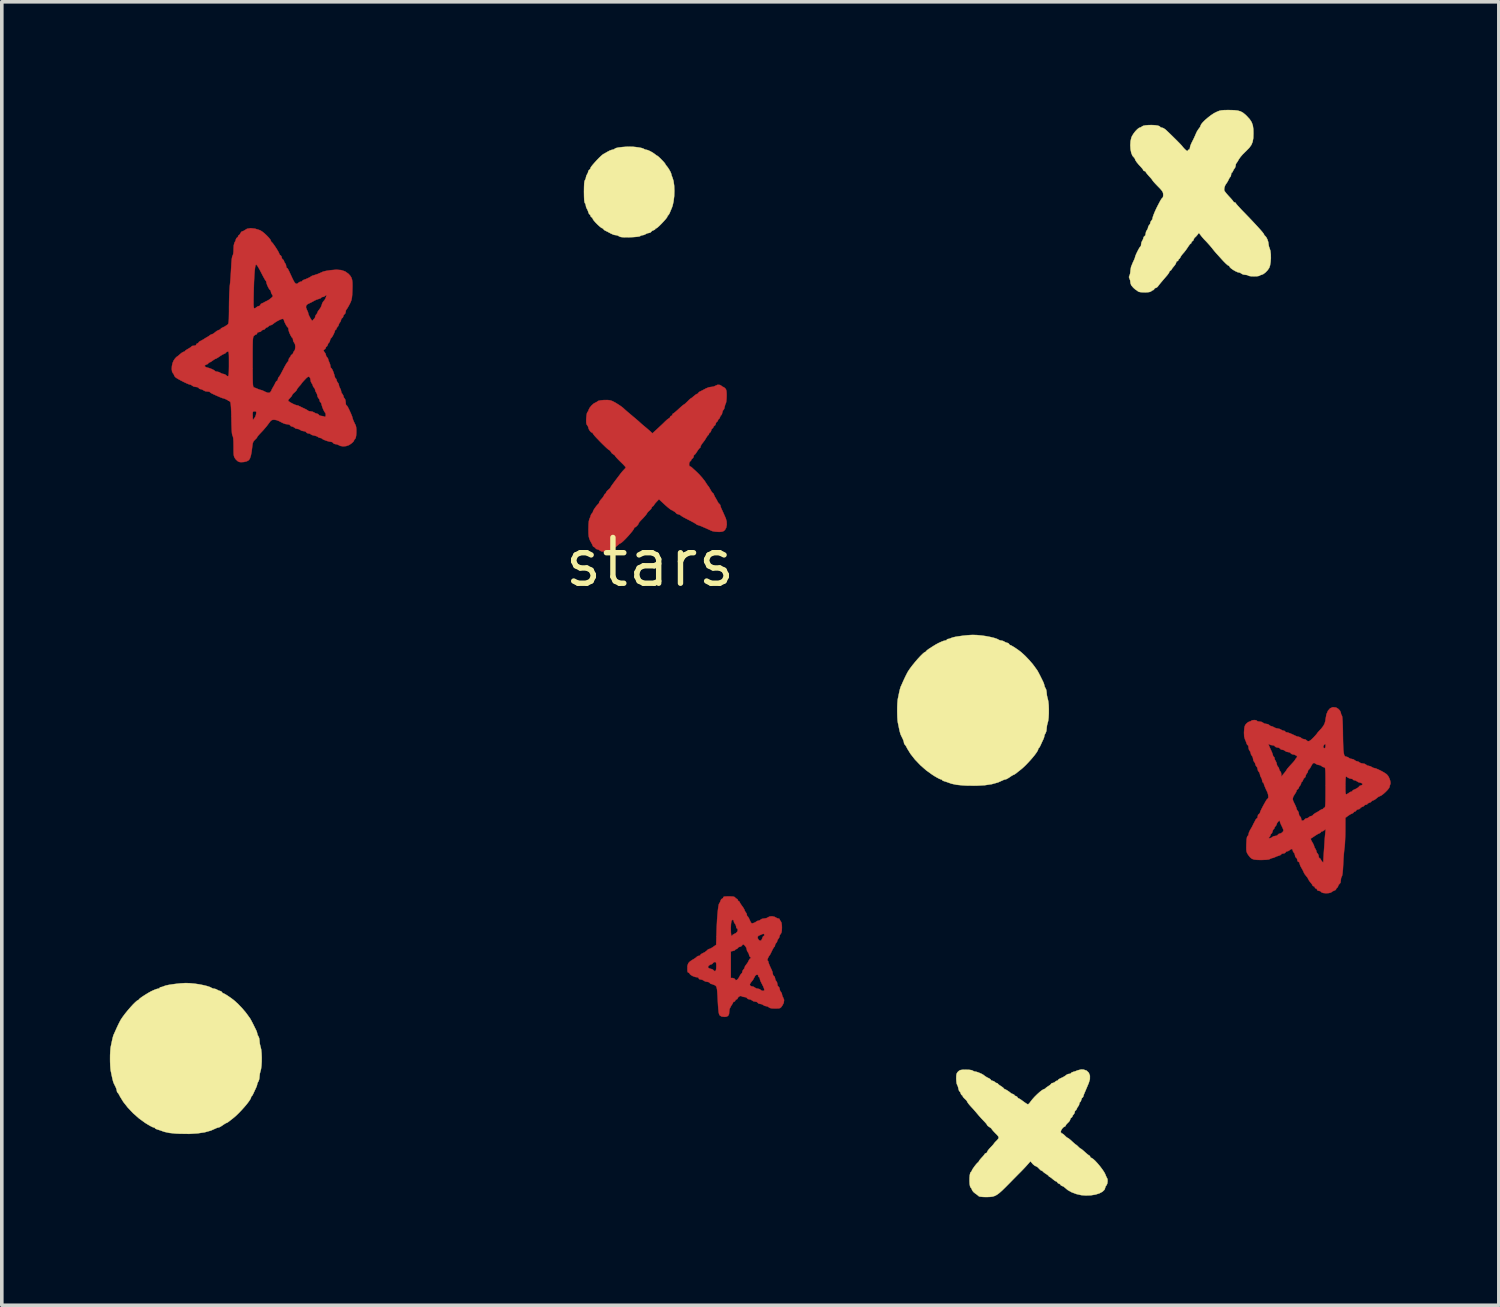
<source format=kicad_pcb>
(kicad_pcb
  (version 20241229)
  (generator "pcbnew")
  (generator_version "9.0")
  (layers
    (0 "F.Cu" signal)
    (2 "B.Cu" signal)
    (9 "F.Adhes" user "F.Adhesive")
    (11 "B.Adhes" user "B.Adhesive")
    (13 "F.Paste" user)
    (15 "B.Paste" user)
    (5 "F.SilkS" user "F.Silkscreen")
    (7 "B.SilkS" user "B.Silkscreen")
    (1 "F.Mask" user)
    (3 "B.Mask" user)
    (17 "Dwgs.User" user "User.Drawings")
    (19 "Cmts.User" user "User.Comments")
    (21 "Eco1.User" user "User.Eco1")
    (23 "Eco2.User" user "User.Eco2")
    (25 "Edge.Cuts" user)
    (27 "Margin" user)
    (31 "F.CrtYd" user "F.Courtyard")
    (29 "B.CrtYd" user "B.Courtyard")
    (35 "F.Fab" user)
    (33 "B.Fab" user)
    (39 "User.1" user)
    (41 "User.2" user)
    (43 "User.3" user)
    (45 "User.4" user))
  (footprint "stars"
    (layer "F.Cu")
    (at 14.989 12.557)
    (property "Reference" "stars" (at 0 0 0) (layer "F.SilkS") (effects (font (size 1.27 1.27) (thickness 0.15))))
    (attr through_hole)
    (fp_poly (pts (xy 1.944 -4.923) (xy 1.983 -4.899) (xy 2.017 -4.873) (xy 2.034 -4.867) (xy 2.061 -4.853) (xy 2.092 -4.825) (xy 2.112 -4.794) (xy 2.123 -4.749) (xy 2.128 -4.679) (xy 2.128 -4.612) (xy 2.124 -4.528) (xy 2.117 -4.461) (xy 2.108 -4.42) (xy 2.106 -4.416) (xy 2.089 -4.38) (xy 2.074 -4.323) (xy 2.072 -4.312) (xy 2.059 -4.261) (xy 2.044 -4.234) (xy 2.04 -4.232) (xy 2.025 -4.214) (xy 2.01 -4.169) (xy 2.008 -4.158) (xy 1.995 -4.11) (xy 1.979 -4.085) (xy 1.976 -4.084) (xy 1.959 -4.066) (xy 1.945 -4.031) (xy 1.928 -3.992) (xy 1.911 -3.978) (xy 1.893 -3.961) (xy 1.89 -3.946) (xy 1.873 -3.911) (xy 1.859 -3.901) (xy 1.832 -3.873) (xy 1.827 -3.849) (xy 1.812 -3.809) (xy 1.795 -3.796) (xy 1.767 -3.77) (xy 1.763 -3.756) (xy 1.746 -3.726) (xy 1.732 -3.717) (xy 1.706 -3.688) (xy 1.7 -3.661) (xy 1.686 -3.62) (xy 1.668 -3.605) (xy 1.64 -3.578) (xy 1.636 -3.563) (xy 1.627 -3.537) (xy 1.62 -3.534) (xy 1.601 -3.517) (xy 1.572 -3.475) (xy 1.562 -3.457) (xy 1.519 -3.388) (xy 1.468 -3.32) (xy 1.463 -3.315) (xy 1.426 -3.264) (xy 1.405 -3.22) (xy 1.404 -3.211) (xy 1.395 -3.18) (xy 1.384 -3.174) (xy 1.364 -3.157) (xy 1.332 -3.114) (xy 1.309 -3.079) (xy 1.274 -3.025) (xy 1.245 -2.991) (xy 1.233 -2.984) (xy 1.217 -2.966) (xy 1.213 -2.941) (xy 1.199 -2.9) (xy 1.181 -2.885) (xy 1.153 -2.86) (xy 1.15 -2.846) (xy 1.133 -2.815) (xy 1.118 -2.807) (xy 1.098 -2.782) (xy 1.087 -2.74) (xy 1.087 -2.696) (xy 1.1 -2.669) (xy 1.107 -2.666) (xy 1.137 -2.653) (xy 1.167 -2.629) (xy 1.209 -2.59) (xy 1.261 -2.543) (xy 1.268 -2.537) (xy 1.357 -2.451) (xy 1.445 -2.353) (xy 1.519 -2.26) (xy 1.551 -2.211) (xy 1.585 -2.158) (xy 1.61 -2.123) (xy 1.617 -2.116) (xy 1.635 -2.092) (xy 1.663 -2.044) (xy 1.679 -2.015) (xy 1.709 -1.963) (xy 1.734 -1.93) (xy 1.742 -1.925) (xy 1.762 -1.908) (xy 1.771 -1.888) (xy 1.793 -1.837) (xy 1.805 -1.814) (xy 1.845 -1.746) (xy 1.869 -1.702) (xy 1.884 -1.671) (xy 1.913 -1.632) (xy 1.926 -1.623) (xy 1.951 -1.591) (xy 1.954 -1.577) (xy 1.963 -1.538) (xy 1.984 -1.488) (xy 2.013 -1.425) (xy 2.044 -1.357) (xy 2.045 -1.354) (xy 2.075 -1.286) (xy 2.103 -1.223) (xy 2.104 -1.221) (xy 2.128 -1.135) (xy 2.132 -1.042) (xy 2.114 -0.957) (xy 2.081 -0.899) (xy 2.047 -0.869) (xy 2.006 -0.853) (xy 1.946 -0.846) (xy 1.899 -0.846) (xy 1.818 -0.851) (xy 1.745 -0.863) (xy 1.707 -0.876) (xy 1.645 -0.905) (xy 1.576 -0.936) (xy 1.573 -0.938) (xy 1.5 -0.969) (xy 1.425 -1.002) (xy 1.422 -1.003) (xy 1.367 -1.024) (xy 1.328 -1.036) (xy 1.323 -1.036) (xy 1.296 -1.049) (xy 1.294 -1.052) (xy 1.273 -1.068) (xy 1.224 -1.098) (xy 1.154 -1.136) (xy 1.122 -1.153) (xy 1.02 -1.205) (xy 0.949 -1.242) (xy 0.902 -1.269) (xy 0.872 -1.288) (xy 0.852 -1.304) (xy 0.847 -1.309) (xy 0.806 -1.33) (xy 0.787 -1.333) (xy 0.745 -1.346) (xy 0.733 -1.359) (xy 0.692 -1.399) (xy 0.623 -1.441) (xy 0.589 -1.457) (xy 0.555 -1.479) (xy 0.5 -1.523) (xy 0.433 -1.581) (xy 0.398 -1.613) (xy 0.25 -1.75) (xy 0.181 -1.678) (xy 0.14 -1.632) (xy 0.116 -1.597) (xy 0.112 -1.588) (xy 0.096 -1.566) (xy 0.081 -1.558) (xy 0.053 -1.532) (xy 0.049 -1.518) (xy 0.034 -1.487) (xy -0.004 -1.446) (xy -0.014 -1.438) (xy -0.054 -1.4) (xy -0.076 -1.373) (xy -0.077 -1.37) (xy -0.093 -1.341) (xy -0.133 -1.291) (xy -0.191 -1.226) (xy -0.242 -1.174) (xy -0.284 -1.129) (xy -0.309 -1.095) (xy -0.312 -1.087) (xy -0.326 -1.054) (xy -0.359 -1.014) (xy -0.395 -0.982) (xy -0.415 -0.973) (xy -0.437 -0.956) (xy -0.438 -0.949) (xy -0.452 -0.919) (xy -0.489 -0.866) (xy -0.543 -0.801) (xy -0.606 -0.728) (xy -0.672 -0.658) (xy -0.734 -0.596) (xy -0.785 -0.55) (xy -0.818 -0.529) (xy -0.822 -0.528) (xy -0.849 -0.514) (xy -0.887 -0.48) (xy -0.889 -0.479) (xy -0.943 -0.433) (xy -0.999 -0.398) (xy -1.065 -0.364) (xy -1.129 -0.33) (xy -1.199 -0.306) (xy -1.276 -0.296) (xy -1.344 -0.303) (xy -1.389 -0.326) (xy -1.39 -0.327) (xy -1.433 -0.354) (xy -1.457 -0.359) (xy -1.497 -0.374) (xy -1.51 -0.391) (xy -1.535 -0.419) (xy -1.549 -0.422) (xy -1.578 -0.44) (xy -1.588 -0.46) (xy -1.61 -0.51) (xy -1.62 -0.528) (xy -1.659 -0.598) (xy -1.684 -0.657) (xy -1.699 -0.718) (xy -1.706 -0.794) (xy -1.708 -0.898) (xy -1.708 -0.923) (xy -1.705 -1.05) (xy -1.697 -1.14) (xy -1.682 -1.2) (xy -1.676 -1.213) (xy -1.654 -1.264) (xy -1.644 -1.301) (xy -1.644 -1.301) (xy -1.63 -1.336) (xy -1.613 -1.354) (xy -1.586 -1.391) (xy -1.581 -1.412) (xy -1.569 -1.443) (xy -1.538 -1.494) (xy -1.498 -1.549) (xy -1.459 -1.597) (xy -1.43 -1.624) (xy -1.428 -1.625) (xy -1.413 -1.65) (xy -1.412 -1.662) (xy -1.398 -1.694) (xy -1.363 -1.74) (xy -1.35 -1.754) (xy -1.307 -1.805) (xy -1.278 -1.852) (xy -1.274 -1.861) (xy -1.255 -1.896) (xy -1.241 -1.904) (xy -1.223 -1.921) (xy -1.221 -1.932) (xy -1.206 -1.962) (xy -1.169 -2.002) (xy -1.158 -2.011) (xy -1.118 -2.048) (xy -1.096 -2.075) (xy -1.095 -2.079) (xy -1.083 -2.102) (xy -1.05 -2.15) (xy -1.003 -2.214) (xy -0.978 -2.248) (xy -0.919 -2.326) (xy -0.864 -2.398) (xy -0.823 -2.453) (xy -0.814 -2.465) (xy -0.767 -2.523) (xy -0.72 -2.574) (xy -0.718 -2.575) (xy -0.685 -2.612) (xy -0.671 -2.635) (xy -0.671 -2.635) (xy -0.685 -2.654) (xy -0.723 -2.696) (xy -0.779 -2.753) (xy -0.819 -2.792) (xy -0.882 -2.855) (xy -0.932 -2.908) (xy -0.962 -2.944) (xy -0.967 -2.954) (xy -0.984 -2.977) (xy -1.015 -2.995) (xy -1.061 -3.031) (xy -1.083 -3.063) (xy -1.106 -3.1) (xy -1.124 -3.111) (xy -1.147 -3.125) (xy -1.193 -3.164) (xy -1.254 -3.221) (xy -1.324 -3.289) (xy -1.396 -3.362) (xy -1.465 -3.434) (xy -1.523 -3.496) (xy -1.563 -3.544) (xy -1.581 -3.57) (xy -1.581 -3.571) (xy -1.595 -3.596) (xy -1.604 -3.597) (xy -1.637 -3.615) (xy -1.673 -3.655) (xy -1.7 -3.703) (xy -1.707 -3.731) (xy -1.722 -3.777) (xy -1.742 -3.804) (xy -1.76 -3.832) (xy -1.769 -3.879) (xy -1.77 -3.952) (xy -1.768 -3.994) (xy -1.761 -4.072) (xy -1.751 -4.132) (xy -1.739 -4.163) (xy -1.737 -4.165) (xy -1.715 -4.195) (xy -1.701 -4.235) (xy -1.673 -4.291) (xy -1.622 -4.353) (xy -1.562 -4.407) (xy -1.508 -4.436) (xy -1.466 -4.457) (xy -1.45 -4.473) (xy -1.423 -4.485) (xy -1.365 -4.496) (xy -1.289 -4.503) (xy -1.278 -4.504) (xy -1.178 -4.505) (xy -1.104 -4.497) (xy -1.042 -4.475) (xy -1.038 -4.473) (xy -0.963 -4.434) (xy -0.879 -4.382) (xy -0.8 -4.329) (xy -0.741 -4.283) (xy -0.734 -4.276) (xy -0.694 -4.239) (xy -0.631 -4.184) (xy -0.555 -4.12) (xy -0.476 -4.053) (xy -0.424 -4.01) (xy -0.363 -3.958) (xy -0.304 -3.907) (xy -0.29 -3.894) (xy -0.241 -3.849) (xy -0.177 -3.794) (xy -0.14 -3.764) (xy -0.076 -3.71) (xy -0.015 -3.657) (xy 0.011 -3.634) (xy 0.068 -3.58) (xy 0.199 -3.7) (xy 0.275 -3.771) (xy 0.353 -3.844) (xy 0.416 -3.906) (xy 0.42 -3.91) (xy 0.472 -3.958) (xy 0.514 -3.99) (xy 0.534 -4) (xy 0.554 -4.017) (xy 0.557 -4.031) (xy 0.574 -4.059) (xy 0.589 -4.063) (xy 0.617 -4.08) (xy 0.62 -4.095) (xy 0.631 -4.123) (xy 0.639 -4.127) (xy 0.662 -4.14) (xy 0.707 -4.177) (xy 0.767 -4.229) (xy 0.793 -4.253) (xy 0.855 -4.31) (xy 0.906 -4.354) (xy 0.938 -4.378) (xy 0.943 -4.38) (xy 0.966 -4.395) (xy 1.006 -4.431) (xy 1.041 -4.465) (xy 1.088 -4.512) (xy 1.123 -4.543) (xy 1.135 -4.55) (xy 1.157 -4.563) (xy 1.197 -4.596) (xy 1.216 -4.613) (xy 1.265 -4.652) (xy 1.304 -4.675) (xy 1.313 -4.677) (xy 1.338 -4.69) (xy 1.34 -4.699) (xy 1.357 -4.723) (xy 1.388 -4.741) (xy 1.439 -4.765) (xy 1.467 -4.78) (xy 1.561 -4.83) (xy 1.634 -4.858) (xy 1.695 -4.868) (xy 1.703 -4.868) (xy 1.766 -4.878) (xy 1.815 -4.9) (xy 1.879 -4.928) (xy 1.944 -4.923)) (stroke (width 0.01) (type solid)) (fill yes) (layer "F.Cu"))
    (fp_poly (pts (xy 2.279 9.273) (xy 2.332 9.281) (xy 2.358 9.295) (xy 2.363 9.303) (xy 2.39 9.331) (xy 2.405 9.335) (xy 2.431 9.351) (xy 2.434 9.366) (xy 2.446 9.394) (xy 2.456 9.398) (xy 2.481 9.415) (xy 2.491 9.435) (xy 2.512 9.474) (xy 2.549 9.528) (xy 2.565 9.549) (xy 2.601 9.601) (xy 2.622 9.641) (xy 2.625 9.651) (xy 2.638 9.685) (xy 2.656 9.708) (xy 2.683 9.753) (xy 2.688 9.781) (xy 2.696 9.814) (xy 2.705 9.821) (xy 2.723 9.839) (xy 2.749 9.885) (xy 2.768 9.926) (xy 2.796 9.986) (xy 2.817 10.015) (xy 2.842 10.02) (xy 2.878 10.009) (xy 2.926 9.988) (xy 2.954 9.968) (xy 2.954 9.967) (xy 2.983 9.951) (xy 3.004 9.948) (xy 3.05 9.933) (xy 3.069 9.917) (xy 3.107 9.895) (xy 3.164 9.885) (xy 3.169 9.885) (xy 3.228 9.876) (xy 3.272 9.855) (xy 3.273 9.853) (xy 3.324 9.828) (xy 3.392 9.823) (xy 3.458 9.838) (xy 3.483 9.852) (xy 3.531 9.877) (xy 3.561 9.884) (xy 3.593 9.895) (xy 3.598 9.908) (xy 3.612 9.94) (xy 3.63 9.962) (xy 3.65 10.003) (xy 3.66 10.077) (xy 3.662 10.138) (xy 3.658 10.229) (xy 3.646 10.285) (xy 3.63 10.308) (xy 3.603 10.349) (xy 3.598 10.373) (xy 3.584 10.419) (xy 3.567 10.443) (xy 3.54 10.482) (xy 3.535 10.505) (xy 3.52 10.544) (xy 3.503 10.562) (xy 3.476 10.604) (xy 3.471 10.628) (xy 3.464 10.661) (xy 3.455 10.668) (xy 3.438 10.686) (xy 3.411 10.731) (xy 3.387 10.779) (xy 3.357 10.841) (xy 3.334 10.886) (xy 3.324 10.901) (xy 3.302 10.931) (xy 3.279 10.975) (xy 3.262 11.018) (xy 3.257 11.046) (xy 3.261 11.049) (xy 3.28 11.065) (xy 3.281 11.072) (xy 3.29 11.109) (xy 3.313 11.171) (xy 3.347 11.248) (xy 3.377 11.31) (xy 3.4 11.369) (xy 3.408 11.419) (xy 3.42 11.462) (xy 3.44 11.48) (xy 3.464 11.508) (xy 3.471 11.543) (xy 3.484 11.594) (xy 3.503 11.62) (xy 3.527 11.66) (xy 3.535 11.705) (xy 3.545 11.753) (xy 3.567 11.776) (xy 3.591 11.805) (xy 3.598 11.839) (xy 3.611 11.89) (xy 3.63 11.917) (xy 3.657 11.959) (xy 3.663 11.988) (xy 3.676 12.041) (xy 3.694 12.074) (xy 3.723 12.145) (xy 3.712 12.227) (xy 3.672 12.304) (xy 3.642 12.345) (xy 3.614 12.369) (xy 3.576 12.379) (xy 3.515 12.382) (xy 3.473 12.383) (xy 3.382 12.379) (xy 3.325 12.367) (xy 3.302 12.351) (xy 3.261 12.325) (xy 3.227 12.319) (xy 3.174 12.306) (xy 3.146 12.287) (xy 3.101 12.263) (xy 3.059 12.255) (xy 3.014 12.245) (xy 2.992 12.224) (xy 2.964 12.2) (xy 2.921 12.192) (xy 2.868 12.181) (xy 2.836 12.16) (xy 2.795 12.135) (xy 2.759 12.129) (xy 2.715 12.117) (xy 2.696 12.097) (xy 2.668 12.073) (xy 2.627 12.065) (xy 2.576 12.057) (xy 2.547 12.042) (xy 2.514 12.034) (xy 2.473 12.05) (xy 2.441 12.08) (xy 2.434 12.102) (xy 2.417 12.125) (xy 2.402 12.129) (xy 2.374 12.145) (xy 2.371 12.16) (xy 2.354 12.188) (xy 2.339 12.192) (xy 2.311 12.204) (xy 2.307 12.215) (xy 2.295 12.244) (xy 2.265 12.291) (xy 2.254 12.307) (xy 2.209 12.396) (xy 2.201 12.455) (xy 2.194 12.538) (xy 2.167 12.588) (xy 2.117 12.611) (xy 2.066 12.615) (xy 1.987 12.605) (xy 1.938 12.575) (xy 1.924 12.552) (xy 1.913 12.517) (xy 1.904 12.462) (xy 1.896 12.382) (xy 1.888 12.27) (xy 1.882 12.16) (xy 1.875 12.025) (xy 1.868 11.926) (xy 1.862 11.856) (xy 1.853 11.81) (xy 1.843 11.779) (xy 1.829 11.759) (xy 1.815 11.746) (xy 1.763 11.716) (xy 1.739 11.711) (xy 2.771 11.711) (xy 2.78 11.749) (xy 2.822 11.768) (xy 2.837 11.769) (xy 2.884 11.783) (xy 2.907 11.8) (xy 2.953 11.826) (xy 2.991 11.832) (xy 3.042 11.844) (xy 3.069 11.864) (xy 3.106 11.889) (xy 3.145 11.894) (xy 3.172 11.879) (xy 3.175 11.866) (xy 3.166 11.828) (xy 3.144 11.774) (xy 3.14 11.765) (xy 3.107 11.7) (xy 3.077 11.64) (xy 3.076 11.638) (xy 3.055 11.586) (xy 3.048 11.548) (xy 3.037 11.519) (xy 3.027 11.515) (xy 3.009 11.497) (xy 3.006 11.474) (xy 2.992 11.447) (xy 2.961 11.445) (xy 2.928 11.464) (xy 2.912 11.49) (xy 2.86 11.587) (xy 2.8 11.662) (xy 2.771 11.711) (xy 1.739 11.711) (xy 1.719 11.706) (xy 1.676 11.693) (xy 1.659 11.673) (xy 1.63 11.65) (xy 1.587 11.642) (xy 1.531 11.631) (xy 1.495 11.61) (xy 1.45 11.585) (xy 1.409 11.578) (xy 1.365 11.567) (xy 1.355 11.546) (xy 1.336 11.521) (xy 1.303 11.515) (xy 1.249 11.506) (xy 1.188 11.483) (xy 1.136 11.453) (xy 1.104 11.424) (xy 1.101 11.414) (xy 1.084 11.391) (xy 1.069 11.388) (xy 1.05 11.378) (xy 1.04 11.342) (xy 1.038 11.274) (xy 1.038 11.266) (xy 1.04 11.226) (xy 1.609 11.226) (xy 1.617 11.252) (xy 1.622 11.257) (xy 1.666 11.278) (xy 1.69 11.282) (xy 1.737 11.297) (xy 1.757 11.314) (xy 1.795 11.347) (xy 1.822 11.339) (xy 1.837 11.291) (xy 1.841 11.218) (xy 1.84 11.147) (xy 1.833 11.109) (xy 1.817 11.093) (xy 1.801 11.091) (xy 1.762 11.106) (xy 1.749 11.123) (xy 1.721 11.151) (xy 1.705 11.155) (xy 1.666 11.169) (xy 1.634 11.193) (xy 1.609 11.226) (xy 1.04 11.226) (xy 1.043 11.185) (xy 1.065 11.125) (xy 1.111 11.076) (xy 1.187 11.026) (xy 1.206 11.016) (xy 1.258 10.983) (xy 1.294 10.954) (xy 1.298 10.948) (xy 1.331 10.926) (xy 1.356 10.922) (xy 1.39 10.913) (xy 1.397 10.9) (xy 1.414 10.876) (xy 1.445 10.858) (xy 1.525 10.817) (xy 1.549 10.798) (xy 2.244 10.798) (xy 2.244 11.536) (xy 2.294 11.536) (xy 2.338 11.548) (xy 2.357 11.568) (xy 2.382 11.597) (xy 2.416 11.589) (xy 2.455 11.545) (xy 2.479 11.504) (xy 2.509 11.449) (xy 2.534 11.415) (xy 2.544 11.409) (xy 2.558 11.391) (xy 2.561 11.369) (xy 2.577 11.322) (xy 2.593 11.303) (xy 2.62 11.268) (xy 2.625 11.249) (xy 2.638 11.211) (xy 2.651 11.192) (xy 2.71 11.113) (xy 2.751 11.033) (xy 2.777 10.996) (xy 2.799 10.985) (xy 2.807 10.977) (xy 2.789 10.963) (xy 2.758 10.925) (xy 2.752 10.898) (xy 2.737 10.848) (xy 2.72 10.824) (xy 2.693 10.777) (xy 2.687 10.746) (xy 2.675 10.699) (xy 2.645 10.65) (xy 2.609 10.614) (xy 2.586 10.604) (xy 2.562 10.621) (xy 2.554 10.636) (xy 2.525 10.662) (xy 2.498 10.668) (xy 2.457 10.682) (xy 2.442 10.7) (xy 2.415 10.728) (xy 2.4 10.732) (xy 2.373 10.743) (xy 2.371 10.751) (xy 2.352 10.769) (xy 2.308 10.784) (xy 2.307 10.784) (xy 2.244 10.798) (xy 1.549 10.798) (xy 1.581 10.774) (xy 1.594 10.758) (xy 1.628 10.734) (xy 1.641 10.732) (xy 1.676 10.72) (xy 1.728 10.691) (xy 1.754 10.673) (xy 1.837 10.615) (xy 1.843 10.431) (xy 2.99 10.431) (xy 3.019 10.481) (xy 3.058 10.504) (xy 3.092 10.487) (xy 3.118 10.432) (xy 3.12 10.424) (xy 3.137 10.384) (xy 3.154 10.372) (xy 3.173 10.355) (xy 3.175 10.34) (xy 3.162 10.311) (xy 3.121 10.316) (xy 3.095 10.328) (xy 3.044 10.351) (xy 3.022 10.359) (xy 2.99 10.386) (xy 2.99 10.431) (xy 1.843 10.431) (xy 1.848 10.255) (xy 1.85 10.194) (xy 2.244 10.194) (xy 2.246 10.272) (xy 2.252 10.333) (xy 2.26 10.368) (xy 2.265 10.372) (xy 2.285 10.357) (xy 2.286 10.352) (xy 2.304 10.331) (xy 2.33 10.318) (xy 2.389 10.287) (xy 2.429 10.242) (xy 2.438 10.197) (xy 2.423 10.165) (xy 2.411 10.16) (xy 2.396 10.142) (xy 2.392 10.11) (xy 2.379 10.059) (xy 2.36 10.033) (xy 2.333 9.992) (xy 2.328 9.969) (xy 2.317 9.929) (xy 2.293 9.92) (xy 2.267 9.944) (xy 2.257 9.974) (xy 2.249 10.035) (xy 2.244 10.112) (xy 2.244 10.194) (xy 1.85 10.194) (xy 1.855 10.08) (xy 1.863 9.917) (xy 1.874 9.772) (xy 1.886 9.648) (xy 1.899 9.552) (xy 1.912 9.489) (xy 1.924 9.463) (xy 1.943 9.435) (xy 1.959 9.392) (xy 1.978 9.35) (xy 2.003 9.335) (xy 2.029 9.318) (xy 2.032 9.303) (xy 2.04 9.286) (xy 2.07 9.276) (xy 2.13 9.272) (xy 2.191 9.271) (xy 2.279 9.273)) (stroke (width 0.01) (type solid)) (fill yes) (layer "F.Cu"))
    (fp_poly (pts (xy 18.689 9.177) (xy 18.643 9.162) (xy 18.631 9.15) (xy 18.602 9.125) (xy 18.568 9.118) (xy 18.527 9.107) (xy 18.517 9.086) (xy 18.5 9.058) (xy 18.485 9.055) (xy 18.457 9.038) (xy 18.454 9.023) (xy 18.437 8.995) (xy 18.422 8.991) (xy 18.394 8.979) (xy 18.39 8.969) (xy 18.377 8.94) (xy 18.344 8.898) (xy 18.337 8.89) (xy 18.298 8.841) (xy 18.273 8.798) (xy 18.272 8.795) (xy 18.25 8.753) (xy 18.212 8.705) (xy 18.209 8.702) (xy 18.17 8.651) (xy 18.145 8.604) (xy 18.144 8.602) (xy 18.124 8.556) (xy 18.091 8.496) (xy 18.08 8.478) (xy 18.049 8.42) (xy 18.032 8.368) (xy 18.03 8.357) (xy 18.017 8.322) (xy 17.999 8.314) (xy 17.973 8.295) (xy 17.967 8.263) (xy 17.955 8.219) (xy 17.935 8.2) (xy 17.91 8.172) (xy 17.903 8.137) (xy 17.891 8.086) (xy 17.872 8.06) (xy 17.844 8.018) (xy 17.84 7.994) (xy 17.826 7.961) (xy 17.794 7.957) (xy 17.756 7.985) (xy 17.755 7.986) (xy 17.715 8.013) (xy 17.691 8.017) (xy 17.653 8.033) (xy 17.642 8.049) (xy 17.613 8.073) (xy 17.576 8.081) (xy 17.536 8.088) (xy 17.522 8.102) (xy 17.504 8.121) (xy 17.466 8.137) (xy 17.401 8.158) (xy 17.354 8.179) (xy 17.303 8.2) (xy 17.267 8.208) (xy 17.224 8.222) (xy 17.209 8.233) (xy 17.174 8.246) (xy 17.101 8.255) (xy 16.994 8.259) (xy 16.967 8.26) (xy 16.852 8.258) (xy 16.769 8.249) (xy 16.708 8.228) (xy 16.66 8.191) (xy 16.614 8.134) (xy 16.594 8.105) (xy 16.572 8.067) (xy 16.558 8.028) (xy 16.551 7.979) (xy 16.55 7.907) (xy 16.552 7.819) (xy 16.558 7.707) (xy 16.568 7.636) (xy 16.581 7.602) (xy 16.586 7.599) (xy 16.607 7.574) (xy 16.613 7.545) (xy 16.624 7.499) (xy 16.652 7.438) (xy 16.666 7.414) (xy 16.7 7.356) (xy 16.725 7.31) (xy 16.73 7.298) (xy 16.752 7.251) (xy 16.762 7.234) (xy 16.786 7.189) (xy 16.802 7.155) (xy 16.826 7.118) (xy 16.844 7.107) (xy 16.861 7.089) (xy 16.866 7.054) (xy 16.877 7.009) (xy 16.898 6.988) (xy 16.926 6.963) (xy 16.93 6.949) (xy 16.94 6.915) (xy 16.97 6.85) (xy 17.016 6.761) (xy 17.076 6.653) (xy 17.091 6.626) (xy 17.121 6.581) (xy 17.144 6.558) (xy 17.147 6.557) (xy 17.16 6.539) (xy 17.162 6.495) (xy 17.154 6.438) (xy 17.137 6.384) (xy 17.132 6.373) (xy 17.094 6.294) (xy 17.062 6.219) (xy 17.041 6.162) (xy 17.035 6.136) (xy 17.021 6.113) (xy 17.014 6.112) (xy 16.998 6.094) (xy 16.993 6.064) (xy 16.98 6.007) (xy 16.962 5.974) (xy 16.937 5.922) (xy 16.93 5.887) (xy 16.916 5.838) (xy 16.898 5.816) (xy 16.872 5.775) (xy 16.866 5.742) (xy 16.853 5.692) (xy 16.834 5.668) (xy 16.807 5.628) (xy 16.803 5.604) (xy 16.787 5.56) (xy 16.771 5.541) (xy 16.747 5.501) (xy 16.739 5.456) (xy 16.728 5.403) (xy 16.707 5.372) (xy 16.68 5.329) (xy 16.676 5.304) (xy 16.661 5.255) (xy 16.644 5.231) (xy 16.62 5.187) (xy 16.612 5.137) (xy 16.606 5.093) (xy 16.592 5.075) (xy 16.572 5.058) (xy 16.559 5.028) (xy 16.541 4.975) (xy 16.515 4.913) (xy 16.513 4.909) (xy 16.492 4.834) (xy 16.487 4.731) (xy 16.489 4.686) (xy 16.496 4.601) (xy 16.508 4.544) (xy 16.53 4.502) (xy 16.552 4.477) (xy 16.596 4.439) (xy 16.635 4.42) (xy 16.64 4.419) (xy 16.677 4.407) (xy 16.686 4.398) (xy 16.714 4.384) (xy 16.766 4.377) (xy 16.772 4.377) (xy 16.821 4.382) (xy 16.844 4.395) (xy 16.845 4.398) (xy 16.864 4.412) (xy 16.909 4.419) (xy 16.916 4.419) (xy 16.973 4.428) (xy 17.013 4.45) (xy 17.014 4.451) (xy 17.054 4.475) (xy 17.099 4.483) (xy 17.152 4.493) (xy 17.184 4.514) (xy 17.223 4.542) (xy 17.244 4.547) (xy 17.288 4.56) (xy 17.32 4.579) (xy 17.374 4.603) (xy 17.415 4.61) (xy 17.475 4.623) (xy 17.511 4.642) (xy 17.559 4.667) (xy 17.59 4.673) (xy 17.622 4.683) (xy 17.628 4.694) (xy 17.645 4.713) (xy 17.662 4.715) (xy 17.709 4.725) (xy 17.783 4.753) (xy 17.874 4.794) (xy 17.91 4.812) (xy 17.965 4.834) (xy 18.008 4.842) (xy 18.053 4.858) (xy 18.073 4.874) (xy 18.114 4.9) (xy 18.147 4.906) (xy 18.197 4.919) (xy 18.221 4.938) (xy 18.255 4.964) (xy 18.295 4.962) (xy 18.346 4.928) (xy 18.415 4.862) (xy 18.416 4.861) (xy 18.466 4.807) (xy 18.502 4.765) (xy 18.517 4.745) (xy 18.517 4.745) (xy 18.53 4.725) (xy 18.554 4.698) (xy 18.637 4.608) (xy 18.692 4.535) (xy 18.726 4.468) (xy 18.745 4.397) (xy 18.752 4.344) (xy 18.775 4.216) (xy 18.818 4.117) (xy 18.877 4.051) (xy 18.951 4.02) (xy 19.035 4.028) (xy 19.046 4.032) (xy 19.101 4.065) (xy 19.148 4.114) (xy 19.172 4.164) (xy 19.173 4.175) (xy 19.185 4.224) (xy 19.199 4.246) (xy 19.209 4.269) (xy 19.216 4.321) (xy 19.222 4.404) (xy 19.227 4.521) (xy 19.231 4.676) (xy 19.232 4.785) (xy 19.235 4.963) (xy 19.239 5.094) (xy 18.75 5.094) (xy 18.747 5.051) (xy 18.735 5.043) (xy 18.718 5.054) (xy 18.691 5.096) (xy 18.686 5.12) (xy 18.7 5.153) (xy 18.718 5.16) (xy 18.743 5.142) (xy 18.75 5.094) (xy 19.239 5.094) (xy 19.239 5.104) (xy 19.245 5.211) (xy 19.254 5.288) (xy 19.265 5.341) (xy 19.281 5.373) (xy 19.301 5.389) (xy 19.324 5.393) (xy 19.346 5.4) (xy 17.962 5.4) (xy 17.953 5.377) (xy 17.933 5.361) (xy 17.88 5.336) (xy 17.844 5.33) (xy 17.801 5.317) (xy 17.784 5.298) (xy 17.756 5.274) (xy 17.713 5.266) (xy 17.66 5.255) (xy 17.628 5.234) (xy 17.587 5.209) (xy 17.551 5.202) (xy 17.507 5.191) (xy 17.488 5.17) (xy 17.459 5.147) (xy 17.416 5.139) (xy 17.369 5.128) (xy 17.345 5.107) (xy 17.316 5.083) (xy 17.27 5.075) (xy 17.221 5.068) (xy 17.193 5.053) (xy 17.174 5.038) (xy 17.169 5.041) (xy 17.172 5.064) (xy 17.191 5.114) (xy 17.221 5.181) (xy 17.224 5.187) (xy 17.257 5.259) (xy 17.28 5.32) (xy 17.289 5.357) (xy 17.29 5.357) (xy 17.3 5.388) (xy 17.311 5.393) (xy 17.328 5.41) (xy 17.332 5.431) (xy 17.344 5.478) (xy 17.363 5.51) (xy 17.388 5.562) (xy 17.395 5.597) (xy 17.409 5.646) (xy 17.427 5.668) (xy 17.454 5.708) (xy 17.459 5.731) (xy 17.474 5.776) (xy 17.491 5.795) (xy 17.514 5.834) (xy 17.522 5.884) (xy 17.522 5.947) (xy 17.596 5.858) (xy 17.637 5.807) (xy 17.664 5.769) (xy 17.671 5.756) (xy 17.684 5.735) (xy 17.72 5.692) (xy 17.771 5.635) (xy 17.787 5.618) (xy 17.841 5.559) (xy 17.882 5.512) (xy 17.902 5.485) (xy 17.903 5.482) (xy 17.916 5.459) (xy 17.939 5.431) (xy 17.962 5.4) (xy 19.346 5.4) (xy 19.369 5.407) (xy 19.393 5.425) (xy 19.438 5.45) (xy 19.476 5.456) (xy 19.527 5.469) (xy 19.554 5.488) (xy 19.595 5.515) (xy 19.619 5.52) (xy 19.665 5.534) (xy 19.689 5.551) (xy 19.733 5.575) (xy 19.783 5.583) (xy 19.837 5.593) (xy 19.872 5.615) (xy 19.914 5.642) (xy 19.943 5.647) (xy 19.996 5.661) (xy 20.029 5.679) (xy 20.076 5.704) (xy 20.105 5.71) (xy 20.147 5.721) (xy 20.211 5.748) (xy 20.288 5.785) (xy 20.364 5.827) (xy 20.427 5.868) (xy 20.449 5.884) (xy 20.489 5.932) (xy 20.523 5.998) (xy 20.546 6.069) (xy 20.554 6.129) (xy 20.549 6.149) (xy 19.775 6.149) (xy 19.749 6.125) (xy 19.715 6.116) (xy 19.659 6.101) (xy 19.624 6.079) (xy 19.578 6.053) (xy 19.553 6.049) (xy 19.519 6.04) (xy 19.512 6.028) (xy 19.494 6.011) (xy 19.463 6.007) (xy 19.407 5.994) (xy 19.373 5.976) (xy 19.335 5.951) (xy 19.316 5.944) (xy 19.31 5.963) (xy 19.305 6.017) (xy 19.302 6.097) (xy 19.3 6.194) (xy 19.3 6.196) (xy 19.301 6.25) (xy 18.75 6.25) (xy 18.75 6.081) (xy 18.749 5.95) (xy 18.748 5.852) (xy 18.745 5.782) (xy 18.741 5.736) (xy 18.735 5.708) (xy 18.727 5.694) (xy 18.716 5.689) (xy 18.71 5.689) (xy 18.663 5.674) (xy 18.644 5.657) (xy 18.602 5.631) (xy 18.572 5.626) (xy 18.517 5.613) (xy 18.484 5.595) (xy 18.441 5.569) (xy 18.408 5.572) (xy 18.377 5.607) (xy 18.35 5.657) (xy 18.319 5.712) (xy 18.293 5.746) (xy 18.283 5.753) (xy 18.267 5.77) (xy 18.263 5.792) (xy 18.248 5.839) (xy 18.231 5.858) (xy 18.204 5.901) (xy 18.2 5.925) (xy 18.186 5.964) (xy 18.17 5.977) (xy 18.142 6.005) (xy 18.127 6.04) (xy 18.11 6.079) (xy 18.093 6.091) (xy 18.076 6.109) (xy 18.073 6.131) (xy 18.057 6.178) (xy 18.041 6.197) (xy 18.014 6.233) (xy 18.009 6.253) (xy 17.992 6.286) (xy 17.977 6.295) (xy 17.949 6.323) (xy 17.946 6.338) (xy 17.934 6.374) (xy 17.903 6.424) (xy 17.893 6.439) (xy 17.859 6.494) (xy 17.841 6.545) (xy 17.84 6.554) (xy 17.841 6.582) (xy 17.848 6.611) (xy 17.865 6.651) (xy 17.896 6.714) (xy 17.91 6.744) (xy 17.934 6.798) (xy 17.945 6.838) (xy 17.946 6.842) (xy 17.961 6.877) (xy 17.977 6.896) (xy 18.001 6.935) (xy 18.009 6.981) (xy 18.02 7.028) (xy 18.041 7.051) (xy 18.065 7.08) (xy 18.073 7.117) (xy 18.083 7.159) (xy 18.113 7.171) (xy 18.152 7.156) (xy 18.165 7.139) (xy 18.194 7.112) (xy 18.218 7.107) (xy 18.265 7.092) (xy 18.284 7.075) (xy 18.325 7.048) (xy 18.348 7.044) (xy 18.386 7.03) (xy 18.396 7.017) (xy 18.42 6.991) (xy 18.468 6.959) (xy 18.488 6.948) (xy 18.546 6.916) (xy 18.59 6.886) (xy 18.598 6.88) (xy 18.638 6.857) (xy 18.656 6.853) (xy 18.683 6.841) (xy 18.686 6.832) (xy 18.704 6.813) (xy 18.718 6.811) (xy 18.728 6.806) (xy 18.735 6.789) (xy 18.741 6.755) (xy 18.745 6.699) (xy 18.748 6.618) (xy 18.749 6.505) (xy 18.75 6.358) (xy 18.75 6.25) (xy 19.301 6.25) (xy 19.301 6.303) (xy 19.303 6.374) (xy 19.308 6.416) (xy 19.316 6.435) (xy 19.329 6.438) (xy 19.337 6.436) (xy 19.386 6.408) (xy 19.402 6.394) (xy 19.442 6.37) (xy 19.461 6.366) (xy 19.488 6.356) (xy 19.491 6.348) (xy 19.508 6.326) (xy 19.528 6.315) (xy 19.588 6.289) (xy 19.641 6.258) (xy 19.675 6.23) (xy 19.681 6.219) (xy 19.699 6.202) (xy 19.729 6.193) (xy 19.769 6.176) (xy 19.775 6.149) (xy 20.549 6.149) (xy 20.547 6.158) (xy 20.531 6.203) (xy 20.528 6.228) (xy 20.513 6.263) (xy 20.473 6.314) (xy 20.418 6.371) (xy 20.358 6.425) (xy 20.303 6.467) (xy 20.268 6.485) (xy 20.219 6.507) (xy 20.196 6.523) (xy 20.142 6.568) (xy 20.103 6.594) (xy 20.066 6.609) (xy 20.03 6.627) (xy 20.02 6.641) (xy 20.002 6.658) (xy 19.967 6.671) (xy 19.927 6.688) (xy 19.914 6.705) (xy 19.896 6.722) (xy 19.872 6.726) (xy 19.837 6.735) (xy 19.829 6.747) (xy 19.812 6.767) (xy 19.778 6.781) (xy 19.734 6.802) (xy 19.715 6.823) (xy 19.687 6.848) (xy 19.66 6.853) (xy 19.619 6.867) (xy 19.604 6.885) (xy 19.578 6.913) (xy 19.563 6.917) (xy 19.536 6.928) (xy 19.533 6.936) (xy 19.516 6.957) (xy 19.486 6.971) (xy 19.437 6.994) (xy 19.38 7.031) (xy 19.369 7.039) (xy 19.3 7.091) (xy 19.299 7.418) (xy 18.75 7.418) (xy 18.741 7.412) (xy 18.722 7.429) (xy 18.72 7.43) (xy 18.703 7.442) (xy 17.581 7.442) (xy 17.575 7.411) (xy 17.554 7.361) (xy 17.517 7.284) (xy 17.51 7.27) (xy 17.489 7.218) (xy 17.48 7.18) (xy 17.472 7.166) (xy 17.445 7.185) (xy 17.438 7.192) (xy 17.406 7.233) (xy 17.395 7.263) (xy 17.38 7.301) (xy 17.364 7.319) (xy 17.337 7.355) (xy 17.332 7.374) (xy 17.32 7.401) (xy 17.312 7.404) (xy 17.295 7.422) (xy 17.279 7.466) (xy 17.279 7.467) (xy 17.264 7.512) (xy 17.246 7.531) (xy 17.245 7.531) (xy 17.228 7.548) (xy 17.226 7.561) (xy 17.212 7.599) (xy 17.193 7.624) (xy 17.172 7.65) (xy 17.185 7.657) (xy 17.201 7.658) (xy 17.249 7.642) (xy 17.268 7.626) (xy 17.308 7.602) (xy 17.353 7.594) (xy 17.401 7.584) (xy 17.424 7.562) (xy 17.453 7.535) (xy 17.476 7.531) (xy 17.52 7.516) (xy 17.554 7.488) (xy 17.573 7.465) (xy 17.581 7.442) (xy 18.703 7.442) (xy 18.68 7.459) (xy 18.653 7.467) (xy 18.626 7.478) (xy 18.623 7.487) (xy 18.605 7.508) (xy 18.577 7.521) (xy 18.532 7.542) (xy 18.473 7.579) (xy 18.448 7.595) (xy 18.395 7.632) (xy 18.354 7.657) (xy 18.343 7.663) (xy 18.34 7.683) (xy 18.359 7.729) (xy 18.377 7.759) (xy 18.409 7.816) (xy 18.429 7.861) (xy 18.433 7.875) (xy 18.444 7.913) (xy 18.464 7.945) (xy 18.489 7.991) (xy 18.495 8.02) (xy 18.511 8.062) (xy 18.528 8.081) (xy 18.553 8.122) (xy 18.559 8.158) (xy 18.567 8.196) (xy 18.581 8.208) (xy 18.606 8.225) (xy 18.617 8.245) (xy 18.637 8.282) (xy 18.662 8.313) (xy 18.682 8.327) (xy 18.687 8.321) (xy 18.692 8.228) (xy 18.699 8.114) (xy 18.707 7.987) (xy 18.716 7.858) (xy 18.724 7.736) (xy 18.732 7.631) (xy 18.739 7.552) (xy 18.742 7.52) (xy 18.75 7.451) (xy 18.75 7.418) (xy 19.299 7.418) (xy 19.299 7.443) (xy 19.297 7.572) (xy 19.292 7.697) (xy 19.287 7.807) (xy 19.28 7.891) (xy 19.276 7.922) (xy 19.267 7.99) (xy 19.258 8.088) (xy 19.249 8.206) (xy 19.242 8.33) (xy 19.24 8.371) (xy 19.232 8.519) (xy 19.222 8.628) (xy 19.21 8.695) (xy 19.2 8.719) (xy 19.182 8.757) (xy 19.174 8.815) (xy 19.173 8.827) (xy 19.166 8.888) (xy 19.144 8.919) (xy 19.143 8.919) (xy 19.116 8.947) (xy 19.101 8.982) (xy 19.084 9.021) (xy 19.067 9.033) (xy 19.049 9.051) (xy 19.046 9.065) (xy 19.028 9.093) (xy 18.994 9.109) (xy 18.944 9.131) (xy 18.918 9.152) (xy 18.882 9.17) (xy 18.823 9.181) (xy 18.754 9.183) (xy 18.689 9.177)) (stroke (width 0.01) (type solid)) (fill yes) (layer "F.Cu"))
    (fp_poly (pts (xy -10.963 -9.261) (xy -10.833 -9.22) (xy -10.816 -9.213) (xy -10.766 -9.183) (xy -10.704 -9.134) (xy -10.64 -9.075) (xy -10.582 -9.015) (xy -10.539 -8.962) (xy -10.52 -8.925) (xy -10.52 -8.922) (xy -10.51 -8.894) (xy -10.502 -8.89) (xy -10.483 -8.873) (xy -10.449 -8.83) (xy -10.407 -8.77) (xy -10.363 -8.703) (xy -10.324 -8.639) (xy -10.297 -8.588) (xy -10.287 -8.561) (xy -10.27 -8.531) (xy -10.255 -8.523) (xy -10.229 -8.494) (xy -10.223 -8.467) (xy -10.21 -8.426) (xy -10.192 -8.411) (xy -10.164 -8.383) (xy -10.16 -8.368) (xy -10.146 -8.328) (xy -10.128 -8.305) (xy -10.103 -8.259) (xy -10.097 -8.222) (xy -10.09 -8.183) (xy -10.077 -8.17) (xy -10.068 -8.167) (xy -10.056 -8.155) (xy -10.04 -8.127) (xy -10.015 -8.078) (xy -9.98 -8.003) (xy -9.931 -7.897) (xy -9.913 -7.859) (xy -9.869 -7.776) (xy -9.83 -7.734) (xy -9.792 -7.73) (xy -9.758 -7.758) (xy -9.716 -7.785) (xy -9.692 -7.789) (xy -9.659 -7.798) (xy -9.652 -7.809) (xy -9.634 -7.829) (xy -9.604 -7.842) (xy -9.552 -7.861) (xy -9.49 -7.888) (xy -9.435 -7.916) (xy -9.401 -7.938) (xy -9.398 -7.941) (xy -9.371 -7.955) (xy -9.324 -7.969) (xy -9.23 -7.999) (xy -9.103 -8.054) (xy -9.077 -8.067) (xy -9.041 -8.077) (xy -8.975 -8.091) (xy -8.891 -8.104) (xy -8.865 -8.108) (xy -8.703 -8.122) (xy -8.571 -8.111) (xy -8.462 -8.075) (xy -8.373 -8.012) (xy -8.36 -8) (xy -8.317 -7.952) (xy -8.287 -7.903) (xy -8.268 -7.844) (xy -8.258 -7.768) (xy -8.256 -7.666) (xy -8.26 -7.53) (xy -8.265 -7.422) (xy -8.273 -7.344) (xy -8.285 -7.284) (xy -8.304 -7.229) (xy -8.333 -7.169) (xy -8.338 -7.16) (xy -8.375 -7.092) (xy -8.406 -7.041) (xy -8.425 -7.016) (xy -8.426 -7.016) (xy -8.441 -6.987) (xy -8.445 -6.951) (xy -8.457 -6.907) (xy -8.477 -6.887) (xy -8.504 -6.858) (xy -8.509 -6.834) (xy -8.524 -6.794) (xy -8.541 -6.781) (xy -8.568 -6.752) (xy -8.572 -6.73) (xy -8.587 -6.684) (xy -8.604 -6.66) (xy -8.631 -6.62) (xy -8.636 -6.598) (xy -8.651 -6.559) (xy -8.668 -6.54) (xy -8.695 -6.504) (xy -8.7 -6.485) (xy -8.712 -6.459) (xy -8.721 -6.456) (xy -8.741 -6.439) (xy -8.742 -6.432) (xy -8.751 -6.398) (xy -8.773 -6.346) (xy -8.801 -6.291) (xy -8.829 -6.245) (xy -8.848 -6.223) (xy -8.85 -6.223) (xy -8.865 -6.205) (xy -8.879 -6.161) (xy -8.879 -6.16) (xy -8.894 -6.115) (xy -8.91 -6.096) (xy -8.911 -6.096) (xy -8.928 -6.078) (xy -8.941 -6.043) (xy -8.958 -6.003) (xy -8.975 -5.99) (xy -8.993 -5.973) (xy -8.996 -5.958) (xy -9.013 -5.922) (xy -9.028 -5.913) (xy -9.056 -5.892) (xy -9.059 -5.881) (xy -9.046 -5.85) (xy -9.028 -5.828) (xy -9.001 -5.785) (xy -8.996 -5.758) (xy -8.981 -5.713) (xy -8.964 -5.694) (xy -8.937 -5.659) (xy -8.932 -5.641) (xy -8.923 -5.604) (xy -8.901 -5.554) (xy -8.901 -5.553) (xy -8.878 -5.495) (xy -8.869 -5.445) (xy -8.862 -5.408) (xy -8.852 -5.397) (xy -8.833 -5.379) (xy -8.807 -5.332) (xy -8.781 -5.268) (xy -8.76 -5.2) (xy -8.753 -5.17) (xy -8.738 -5.123) (xy -8.721 -5.101) (xy -8.719 -5.101) (xy -8.703 -5.084) (xy -8.7 -5.061) (xy -8.684 -5.015) (xy -8.668 -4.995) (xy -8.641 -4.953) (xy -8.635 -4.924) (xy -8.622 -4.871) (xy -8.604 -4.838) (xy -8.579 -4.786) (xy -8.572 -4.75) (xy -8.559 -4.701) (xy -8.541 -4.678) (xy -8.514 -4.637) (xy -8.509 -4.614) (xy -8.494 -4.57) (xy -8.477 -4.551) (xy -8.455 -4.512) (xy -8.446 -4.45) (xy -8.445 -4.442) (xy -8.441 -4.39) (xy -8.43 -4.362) (xy -8.426 -4.36) (xy -8.41 -4.348) (xy -8.385 -4.31) (xy -8.35 -4.24) (xy -8.303 -4.137) (xy -8.289 -4.103) (xy -8.267 -4.049) (xy -8.256 -4.011) (xy -8.255 -4.006) (xy -8.246 -3.974) (xy -8.224 -3.918) (xy -8.193 -3.852) (xy -8.169 -3.805) (xy -8.156 -3.758) (xy -8.149 -3.687) (xy -8.149 -3.605) (xy -8.154 -3.526) (xy -8.165 -3.463) (xy -8.181 -3.429) (xy -8.181 -3.429) (xy -8.208 -3.398) (xy -8.213 -3.384) (xy -8.23 -3.351) (xy -8.275 -3.308) (xy -8.338 -3.264) (xy -8.355 -3.254) (xy -8.431 -3.227) (xy -8.516 -3.219) (xy -8.592 -3.231) (xy -8.627 -3.248) (xy -8.68 -3.273) (xy -8.724 -3.28) (xy -8.77 -3.291) (xy -8.792 -3.313) (xy -8.82 -3.338) (xy -8.849 -3.344) (xy -8.895 -3.351) (xy -8.956 -3.367) (xy -9.019 -3.389) (xy -9.071 -3.411) (xy -9.1 -3.43) (xy -9.102 -3.434) (xy -9.119 -3.447) (xy -9.142 -3.45) (xy -9.192 -3.464) (xy -9.211 -3.478) (xy -9.25 -3.5) (xy -9.309 -3.517) (xy -9.324 -3.52) (xy -9.379 -3.534) (xy -9.412 -3.551) (xy -9.415 -3.556) (xy -9.44 -3.572) (xy -9.475 -3.577) (xy -9.519 -3.589) (xy -9.539 -3.609) (xy -9.567 -3.633) (xy -9.61 -3.641) (xy -9.666 -3.652) (xy -9.702 -3.672) (xy -9.748 -3.698) (xy -9.785 -3.704) (xy -9.837 -3.716) (xy -9.864 -3.736) (xy -9.906 -3.763) (xy -9.93 -3.768) (xy -9.97 -3.782) (xy -9.983 -3.799) (xy -10.012 -3.823) (xy -10.058 -3.831) (xy -10.124 -3.841) (xy -10.183 -3.863) (xy -10.25 -3.897) (xy -10.306 -3.926) (xy -10.373 -3.95) (xy -10.438 -3.958) (xy -10.49 -3.951) (xy -10.53 -3.922) (xy -10.562 -3.88) (xy -10.636 -3.781) (xy -10.733 -3.667) (xy -10.832 -3.562) (xy -10.873 -3.516) (xy -10.898 -3.483) (xy -10.901 -3.474) (xy -10.915 -3.45) (xy -10.951 -3.413) (xy -10.963 -3.402) (xy -11.001 -3.36) (xy -11.023 -3.31) (xy -11.035 -3.236) (xy -11.037 -3.224) (xy -11.055 -3.073) (xy -11.077 -2.961) (xy -11.103 -2.883) (xy -11.133 -2.837) (xy -11.188 -2.805) (xy -11.267 -2.785) (xy -11.353 -2.78) (xy -11.402 -2.787) (xy -11.444 -2.809) (xy -11.491 -2.853) (xy -11.503 -2.868) (xy -11.525 -2.9) (xy -11.54 -2.931) (xy -11.55 -2.971) (xy -11.555 -3.027) (xy -11.557 -3.11) (xy -11.557 -3.212) (xy -11.559 -3.343) (xy -11.564 -3.435) (xy -11.574 -3.49) (xy -11.583 -3.51) (xy -11.593 -3.535) (xy -11.602 -3.588) (xy -11.608 -3.674) (xy -11.613 -3.795) (xy -11.617 -3.955) (xy -11.617 -3.984) (xy -11.619 -4.078) (xy -11.026 -4.078) (xy -11.026 -4.059) (xy -11.024 -3.996) (xy -11.019 -3.96) (xy -11.012 -3.958) (xy -10.984 -4) (xy -10.973 -4.011) (xy -10.952 -4.045) (xy -10.934 -4.1) (xy -10.932 -4.112) (xy -10.925 -4.163) (xy -10.933 -4.186) (xy -10.963 -4.191) (xy -10.973 -4.191) (xy -11.003 -4.189) (xy -11.019 -4.176) (xy -11.026 -4.142) (xy -11.026 -4.078) (xy -11.619 -4.078) (xy -11.621 -4.16) (xy -11.627 -4.294) (xy -11.634 -4.387) (xy -11.643 -4.441) (xy -11.649 -4.455) (xy -11.685 -4.481) (xy -11.719 -4.5) (xy -10.042 -4.5) (xy -10.036 -4.478) (xy -10.024 -4.468) (xy -9.979 -4.437) (xy -9.918 -4.404) (xy -9.857 -4.376) (xy -9.813 -4.361) (xy -9.806 -4.36) (xy -9.765 -4.351) (xy -9.742 -4.34) (xy -9.702 -4.321) (xy -9.641 -4.291) (xy -9.599 -4.272) (xy -9.539 -4.242) (xy -9.498 -4.217) (xy -9.486 -4.207) (xy -9.462 -4.195) (xy -9.421 -4.191) (xy -9.362 -4.18) (xy -9.323 -4.16) (xy -9.275 -4.135) (xy -9.244 -4.128) (xy -9.205 -4.112) (xy -9.194 -4.096) (xy -9.166 -4.072) (xy -9.126 -4.064) (xy -9.071 -4.056) (xy -9.038 -4.043) (xy -9.014 -4.037) (xy -9.001 -4.065) (xy -8.999 -4.078) (xy -9 -4.124) (xy -9.01 -4.146) (xy -9.035 -4.179) (xy -9.065 -4.238) (xy -9.093 -4.307) (xy -9.112 -4.371) (xy -9.113 -4.376) (xy -9.127 -4.423) (xy -9.144 -4.445) (xy -9.146 -4.445) (xy -9.162 -4.463) (xy -9.165 -4.485) (xy -9.181 -4.532) (xy -9.197 -4.551) (xy -9.224 -4.593) (xy -9.229 -4.622) (xy -9.243 -4.675) (xy -9.261 -4.708) (xy -9.286 -4.755) (xy -9.292 -4.785) (xy -9.307 -4.828) (xy -9.324 -4.847) (xy -9.351 -4.884) (xy -9.356 -4.904) (xy -9.37 -4.944) (xy -9.387 -4.967) (xy -9.411 -5.011) (xy -9.419 -5.058) (xy -9.43 -5.111) (xy -9.451 -5.144) (xy -9.473 -5.154) (xy -9.5 -5.144) (xy -9.541 -5.109) (xy -9.578 -5.07) (xy -9.627 -5.017) (xy -9.661 -4.978) (xy -9.673 -4.96) (xy -9.686 -4.94) (xy -9.719 -4.902) (xy -9.737 -4.883) (xy -9.775 -4.837) (xy -9.798 -4.801) (xy -9.8 -4.793) (xy -9.815 -4.767) (xy -9.852 -4.728) (xy -9.863 -4.719) (xy -9.903 -4.682) (xy -9.925 -4.654) (xy -9.926 -4.65) (xy -9.944 -4.614) (xy -9.996 -4.554) (xy -10.018 -4.532) (xy -10.042 -4.5) (xy -11.719 -4.5) (xy -11.739 -4.511) (xy -11.794 -4.537) (xy -11.834 -4.551) (xy -11.838 -4.551) (xy -11.868 -4.559) (xy -11.92 -4.578) (xy -11.935 -4.585) (xy -12.047 -4.634) (xy -12.125 -4.67) (xy -12.175 -4.695) (xy -12.203 -4.712) (xy -12.213 -4.723) (xy -12.213 -4.725) (xy -12.232 -4.736) (xy -12.277 -4.741) (xy -12.286 -4.741) (xy -12.345 -4.75) (xy -12.389 -4.772) (xy -12.39 -4.773) (xy -12.437 -4.8) (xy -12.466 -4.805) (xy -12.508 -4.818) (xy -12.523 -4.837) (xy -12.553 -4.861) (xy -12.604 -4.868) (xy -12.661 -4.878) (xy -12.7 -4.9) (xy -12.7 -4.9) (xy -12.739 -4.927) (xy -12.761 -4.932) (xy -12.797 -4.942) (xy -12.858 -4.967) (xy -12.934 -5.003) (xy -13.015 -5.044) (xy -13.089 -5.085) (xy -13.147 -5.12) (xy -13.171 -5.138) (xy -13.2 -5.174) (xy -13.208 -5.197) (xy -13.223 -5.231) (xy -13.24 -5.249) (xy -13.263 -5.292) (xy -13.272 -5.362) (xy -13.268 -5.442) (xy -12.357 -5.442) (xy -12.325 -5.418) (xy -12.293 -5.408) (xy -12.232 -5.391) (xy -12.165 -5.366) (xy -12.108 -5.338) (xy -12.073 -5.313) (xy -12.069 -5.308) (xy -12.044 -5.295) (xy -12.014 -5.292) (xy -11.96 -5.279) (xy -11.926 -5.261) (xy -11.875 -5.235) (xy -11.84 -5.229) (xy -11.791 -5.214) (xy -11.769 -5.196) (xy -11.733 -5.17) (xy -11.713 -5.165) (xy -11.702 -5.172) (xy -11.694 -5.198) (xy -11.689 -5.247) (xy -11.686 -5.326) (xy -11.684 -5.439) (xy -11.684 -5.512) (xy -11.684 -5.561) (xy -11.028 -5.561) (xy -11.028 -5.371) (xy -11.027 -5.219) (xy -11.026 -5.1) (xy -11.024 -5.011) (xy -11.021 -4.947) (xy -11.016 -4.903) (xy -11.01 -4.877) (xy -11.002 -4.862) (xy -10.992 -4.855) (xy -10.991 -4.855) (xy -10.946 -4.838) (xy -10.888 -4.814) (xy -10.887 -4.813) (xy -10.833 -4.792) (xy -10.793 -4.782) (xy -10.792 -4.782) (xy -10.757 -4.771) (xy -10.703 -4.746) (xy -10.679 -4.733) (xy -10.603 -4.704) (xy -10.548 -4.711) (xy -10.514 -4.755) (xy -10.511 -4.761) (xy -10.491 -4.808) (xy -10.478 -4.831) (xy -10.439 -4.899) (xy -10.414 -4.945) (xy -10.395 -4.986) (xy -10.393 -4.99) (xy -10.37 -5.027) (xy -10.351 -5.038) (xy -10.333 -5.055) (xy -10.329 -5.076) (xy -10.317 -5.122) (xy -10.306 -5.137) (xy -10.291 -5.154) (xy -10.275 -5.177) (xy -10.253 -5.214) (xy -10.222 -5.272) (xy -10.177 -5.358) (xy -10.152 -5.407) (xy -10.112 -5.48) (xy -10.078 -5.535) (xy -10.056 -5.564) (xy -10.051 -5.567) (xy -10.036 -5.585) (xy -10.033 -5.608) (xy -10.019 -5.656) (xy -10.001 -5.68) (xy -9.975 -5.715) (xy -9.97 -5.732) (xy -9.953 -5.757) (xy -9.938 -5.765) (xy -9.91 -5.792) (xy -9.906 -5.807) (xy -9.891 -5.845) (xy -9.874 -5.863) (xy -9.852 -5.904) (xy -9.843 -5.972) (xy -9.842 -5.98) (xy -9.85 -6.049) (xy -9.872 -6.094) (xy -9.874 -6.096) (xy -9.9 -6.137) (xy -9.906 -6.171) (xy -9.912 -6.212) (xy -9.923 -6.227) (xy -9.947 -6.252) (xy -9.976 -6.304) (xy -10.005 -6.367) (xy -10.026 -6.427) (xy -10.033 -6.467) (xy -10.039 -6.507) (xy -10.05 -6.519) (xy -10.069 -6.537) (xy -10.096 -6.579) (xy -10.125 -6.634) (xy -10.149 -6.686) (xy -10.16 -6.723) (xy -10.16 -6.726) (xy -10.177 -6.753) (xy -10.185 -6.757) (xy -10.222 -6.753) (xy -10.28 -6.729) (xy -10.349 -6.693) (xy -10.416 -6.651) (xy -10.468 -6.609) (xy -10.508 -6.586) (xy -10.526 -6.583) (xy -10.565 -6.568) (xy -10.583 -6.551) (xy -10.618 -6.524) (xy -10.637 -6.519) (xy -10.667 -6.502) (xy -10.676 -6.488) (xy -10.704 -6.461) (xy -10.729 -6.456) (xy -10.768 -6.441) (xy -10.781 -6.424) (xy -10.81 -6.4) (xy -10.847 -6.392) (xy -10.89 -6.381) (xy -10.901 -6.361) (xy -10.912 -6.332) (xy -10.922 -6.329) (xy -10.952 -6.316) (xy -10.985 -6.292) (xy -10.997 -6.281) (xy -11.006 -6.265) (xy -11.013 -6.242) (xy -11.019 -6.205) (xy -11.023 -6.151) (xy -11.025 -6.075) (xy -11.027 -5.973) (xy -11.028 -5.839) (xy -11.028 -5.671) (xy -11.028 -5.561) (xy -11.684 -5.561) (xy -11.684 -5.64) (xy -11.685 -5.732) (xy -11.688 -5.793) (xy -11.693 -5.829) (xy -11.701 -5.847) (xy -11.713 -5.851) (xy -11.726 -5.848) (xy -11.761 -5.832) (xy -11.769 -5.82) (xy -11.786 -5.801) (xy -11.816 -5.788) (xy -11.862 -5.767) (xy -11.922 -5.73) (xy -11.947 -5.712) (xy -12 -5.677) (xy -12.039 -5.655) (xy -12.049 -5.652) (xy -12.077 -5.64) (xy -12.122 -5.61) (xy -12.137 -5.599) (xy -12.187 -5.565) (xy -12.224 -5.547) (xy -12.231 -5.546) (xy -12.254 -5.532) (xy -12.255 -5.525) (xy -12.273 -5.505) (xy -12.308 -5.491) (xy -12.352 -5.469) (xy -12.357 -5.442) (xy -13.268 -5.442) (xy -13.268 -5.445) (xy -13.25 -5.529) (xy -13.222 -5.597) (xy -13.184 -5.653) (xy -13.146 -5.695) (xy -13.135 -5.703) (xy -13.094 -5.732) (xy -13.044 -5.776) (xy -13.035 -5.784) (xy -12.988 -5.821) (xy -12.949 -5.841) (xy -12.943 -5.842) (xy -12.915 -5.851) (xy -12.912 -5.858) (xy -12.895 -5.877) (xy -12.851 -5.907) (xy -12.816 -5.927) (xy -12.762 -5.959) (xy -12.728 -5.985) (xy -12.721 -5.995) (xy -12.703 -6.006) (xy -12.658 -6.011) (xy -12.658 -6.011) (xy -12.607 -6.021) (xy -12.594 -6.043) (xy -12.577 -6.071) (xy -12.562 -6.075) (xy -12.534 -6.087) (xy -12.531 -6.097) (xy -12.514 -6.121) (xy -12.483 -6.139) (xy -12.432 -6.166) (xy -12.373 -6.201) (xy -12.372 -6.202) (xy -12.32 -6.235) (xy -12.279 -6.258) (xy -12.277 -6.259) (xy -12.233 -6.287) (xy -12.217 -6.301) (xy -12.178 -6.325) (xy -12.16 -6.329) (xy -12.126 -6.342) (xy -12.081 -6.375) (xy -12.073 -6.382) (xy -12.021 -6.422) (xy -11.97 -6.447) (xy -11.966 -6.448) (xy -11.928 -6.463) (xy -11.917 -6.477) (xy -11.9 -6.497) (xy -11.88 -6.507) (xy -11.807 -6.542) (xy -11.732 -6.591) (xy -11.718 -6.602) (xy -11.706 -6.617) (xy -11.698 -6.643) (xy -11.692 -6.685) (xy -11.687 -6.75) (xy -11.685 -6.842) (xy -11.683 -6.968) (xy -11.683 -7.078) (xy -11.681 -7.223) (xy -11.681 -7.226) (xy -11.003 -7.226) (xy -11.002 -7.146) (xy -10.998 -7.093) (xy -10.992 -7.063) (xy -10.984 -7.05) (xy -10.978 -7.048) (xy -10.94 -7.063) (xy -10.925 -7.077) (xy -9.547 -7.077) (xy -9.522 -7.008) (xy -9.513 -6.99) (xy -9.491 -6.941) (xy -9.483 -6.907) (xy -9.473 -6.872) (xy -9.448 -6.818) (xy -9.416 -6.761) (xy -9.387 -6.718) (xy -9.367 -6.704) (xy -9.358 -6.717) (xy -9.333 -6.749) (xy -9.321 -6.759) (xy -9.296 -6.792) (xy -9.292 -6.814) (xy -9.277 -6.86) (xy -9.26 -6.879) (xy -9.234 -6.915) (xy -9.229 -6.934) (xy -9.215 -6.967) (xy -9.182 -7.011) (xy -9.177 -7.017) (xy -9.137 -7.075) (xy -9.111 -7.138) (xy -9.111 -7.138) (xy -9.097 -7.187) (xy -9.075 -7.228) (xy -9.033 -7.279) (xy -9.026 -7.288) (xy -9.004 -7.327) (xy -8.988 -7.374) (xy -8.979 -7.414) (xy -8.987 -7.419) (xy -9.007 -7.4) (xy -9.052 -7.372) (xy -9.082 -7.366) (xy -9.116 -7.358) (xy -9.123 -7.347) (xy -9.141 -7.329) (xy -9.186 -7.313) (xy -9.19 -7.312) (xy -9.257 -7.29) (xy -9.322 -7.258) (xy -9.375 -7.228) (xy -9.417 -7.207) (xy -9.419 -7.206) (xy -9.499 -7.168) (xy -9.541 -7.128) (xy -9.547 -7.077) (xy -10.925 -7.077) (xy -10.922 -7.08) (xy -10.88 -7.107) (xy -10.856 -7.112) (xy -10.823 -7.125) (xy -10.816 -7.141) (xy -10.799 -7.172) (xy -10.779 -7.183) (xy -10.728 -7.205) (xy -10.71 -7.216) (xy -10.664 -7.241) (xy -10.647 -7.248) (xy -10.574 -7.287) (xy -10.498 -7.348) (xy -10.494 -7.352) (xy -10.466 -7.383) (xy -10.471 -7.408) (xy -10.486 -7.428) (xy -10.513 -7.477) (xy -10.52 -7.511) (xy -10.528 -7.547) (xy -10.54 -7.556) (xy -10.56 -7.574) (xy -10.587 -7.618) (xy -10.615 -7.675) (xy -10.637 -7.732) (xy -10.647 -7.774) (xy -10.647 -7.776) (xy -10.656 -7.808) (xy -10.663 -7.814) (xy -10.679 -7.835) (xy -10.708 -7.885) (xy -10.746 -7.954) (xy -10.759 -7.98) (xy -10.818 -8.095) (xy -10.863 -8.176) (xy -10.895 -8.228) (xy -10.918 -8.255) (xy -10.933 -8.263) (xy -10.947 -8.244) (xy -10.96 -8.184) (xy -10.971 -8.085) (xy -10.981 -7.949) (xy -10.99 -7.776) (xy -10.996 -7.57) (xy -10.998 -7.488) (xy -11.001 -7.338) (xy -11.003 -7.226) (xy -11.681 -7.226) (xy -11.678 -7.365) (xy -11.673 -7.494) (xy -11.667 -7.601) (xy -11.661 -7.677) (xy -11.66 -7.684) (xy -11.651 -7.764) (xy -11.642 -7.873) (xy -11.633 -8) (xy -11.626 -8.129) (xy -11.624 -8.164) (xy -11.616 -8.312) (xy -11.606 -8.421) (xy -11.594 -8.488) (xy -11.583 -8.512) (xy -11.568 -8.55) (xy -11.559 -8.621) (xy -11.557 -8.689) (xy -11.551 -8.797) (xy -11.534 -8.866) (xy -11.526 -8.881) (xy -11.501 -8.928) (xy -11.494 -8.959) (xy -11.478 -8.998) (xy -11.462 -9.009) (xy -11.434 -9.036) (xy -11.43 -9.051) (xy -11.418 -9.078) (xy -11.408 -9.081) (xy -11.386 -9.098) (xy -11.367 -9.133) (xy -11.341 -9.173) (xy -11.316 -9.186) (xy -11.275 -9.2) (xy -11.257 -9.213) (xy -11.182 -9.258) (xy -11.082 -9.274) (xy -10.963 -9.261)) (stroke (width 0.01) (type solid)) (fill yes) (layer "F.Cu"))
    (fp_poly (pts (xy 1.944 -4.923) (xy 1.983 -4.899) (xy 2.017 -4.873) (xy 2.034 -4.867) (xy 2.061 -4.853) (xy 2.092 -4.825) (xy 2.112 -4.794) (xy 2.123 -4.749) (xy 2.128 -4.679) (xy 2.128 -4.612) (xy 2.124 -4.528) (xy 2.117 -4.461) (xy 2.108 -4.42) (xy 2.106 -4.416) (xy 2.089 -4.38) (xy 2.074 -4.323) (xy 2.072 -4.312) (xy 2.059 -4.261) (xy 2.044 -4.234) (xy 2.04 -4.232) (xy 2.025 -4.214) (xy 2.01 -4.169) (xy 2.008 -4.158) (xy 1.995 -4.11) (xy 1.979 -4.085) (xy 1.976 -4.084) (xy 1.959 -4.066) (xy 1.945 -4.031) (xy 1.928 -3.992) (xy 1.911 -3.978) (xy 1.893 -3.961) (xy 1.89 -3.946) (xy 1.873 -3.911) (xy 1.859 -3.901) (xy 1.832 -3.873) (xy 1.827 -3.849) (xy 1.812 -3.809) (xy 1.795 -3.796) (xy 1.767 -3.77) (xy 1.763 -3.756) (xy 1.746 -3.726) (xy 1.732 -3.717) (xy 1.706 -3.688) (xy 1.7 -3.661) (xy 1.686 -3.62) (xy 1.668 -3.605) (xy 1.64 -3.578) (xy 1.636 -3.563) (xy 1.627 -3.537) (xy 1.62 -3.534) (xy 1.601 -3.517) (xy 1.572 -3.475) (xy 1.562 -3.457) (xy 1.519 -3.388) (xy 1.468 -3.32) (xy 1.463 -3.315) (xy 1.426 -3.264) (xy 1.405 -3.22) (xy 1.404 -3.211) (xy 1.395 -3.18) (xy 1.384 -3.174) (xy 1.364 -3.157) (xy 1.332 -3.114) (xy 1.309 -3.079) (xy 1.274 -3.025) (xy 1.245 -2.991) (xy 1.233 -2.984) (xy 1.217 -2.966) (xy 1.213 -2.941) (xy 1.199 -2.9) (xy 1.181 -2.885) (xy 1.153 -2.86) (xy 1.15 -2.846) (xy 1.133 -2.815) (xy 1.118 -2.807) (xy 1.098 -2.782) (xy 1.087 -2.74) (xy 1.087 -2.696) (xy 1.1 -2.669) (xy 1.107 -2.666) (xy 1.137 -2.653) (xy 1.167 -2.629) (xy 1.209 -2.59) (xy 1.261 -2.543) (xy 1.268 -2.537) (xy 1.357 -2.451) (xy 1.445 -2.353) (xy 1.519 -2.26) (xy 1.551 -2.211) (xy 1.585 -2.158) (xy 1.61 -2.123) (xy 1.617 -2.116) (xy 1.635 -2.092) (xy 1.663 -2.044) (xy 1.679 -2.015) (xy 1.709 -1.963) (xy 1.734 -1.93) (xy 1.742 -1.925) (xy 1.762 -1.908) (xy 1.771 -1.888) (xy 1.793 -1.837) (xy 1.805 -1.814) (xy 1.845 -1.746) (xy 1.869 -1.702) (xy 1.884 -1.671) (xy 1.913 -1.632) (xy 1.926 -1.623) (xy 1.951 -1.591) (xy 1.954 -1.577) (xy 1.963 -1.538) (xy 1.984 -1.488) (xy 2.013 -1.425) (xy 2.044 -1.357) (xy 2.045 -1.354) (xy 2.075 -1.286) (xy 2.103 -1.223) (xy 2.104 -1.221) (xy 2.128 -1.135) (xy 2.132 -1.042) (xy 2.114 -0.957) (xy 2.081 -0.899) (xy 2.047 -0.869) (xy 2.006 -0.853) (xy 1.946 -0.846) (xy 1.899 -0.846) (xy 1.818 -0.851) (xy 1.745 -0.863) (xy 1.707 -0.876) (xy 1.645 -0.905) (xy 1.576 -0.936) (xy 1.573 -0.938) (xy 1.5 -0.969) (xy 1.425 -1.002) (xy 1.422 -1.003) (xy 1.367 -1.024) (xy 1.328 -1.036) (xy 1.323 -1.036) (xy 1.296 -1.049) (xy 1.294 -1.052) (xy 1.273 -1.068) (xy 1.224 -1.098) (xy 1.154 -1.136) (xy 1.122 -1.153) (xy 1.02 -1.205) (xy 0.949 -1.242) (xy 0.902 -1.269) (xy 0.872 -1.288) (xy 0.852 -1.304) (xy 0.847 -1.309) (xy 0.806 -1.33) (xy 0.787 -1.333) (xy 0.745 -1.346) (xy 0.733 -1.359) (xy 0.692 -1.399) (xy 0.623 -1.441) (xy 0.589 -1.457) (xy 0.555 -1.479) (xy 0.5 -1.523) (xy 0.433 -1.581) (xy 0.398 -1.613) (xy 0.25 -1.75) (xy 0.181 -1.678) (xy 0.14 -1.632) (xy 0.116 -1.597) (xy 0.112 -1.588) (xy 0.096 -1.566) (xy 0.081 -1.558) (xy 0.053 -1.532) (xy 0.049 -1.518) (xy 0.034 -1.487) (xy -0.004 -1.446) (xy -0.014 -1.438) (xy -0.054 -1.4) (xy -0.076 -1.373) (xy -0.077 -1.37) (xy -0.093 -1.341) (xy -0.133 -1.291) (xy -0.191 -1.226) (xy -0.242 -1.174) (xy -0.284 -1.129) (xy -0.309 -1.095) (xy -0.312 -1.087) (xy -0.326 -1.054) (xy -0.359 -1.014) (xy -0.395 -0.982) (xy -0.415 -0.973) (xy -0.437 -0.956) (xy -0.438 -0.949) (xy -0.452 -0.919) (xy -0.489 -0.866) (xy -0.543 -0.801) (xy -0.606 -0.728) (xy -0.672 -0.658) (xy -0.734 -0.596) (xy -0.785 -0.55) (xy -0.818 -0.529) (xy -0.822 -0.528) (xy -0.849 -0.514) (xy -0.887 -0.48) (xy -0.889 -0.479) (xy -0.943 -0.433) (xy -0.999 -0.398) (xy -1.065 -0.364) (xy -1.129 -0.33) (xy -1.199 -0.306) (xy -1.276 -0.296) (xy -1.344 -0.303) (xy -1.389 -0.326) (xy -1.39 -0.327) (xy -1.433 -0.354) (xy -1.457 -0.359) (xy -1.497 -0.374) (xy -1.51 -0.391) (xy -1.535 -0.419) (xy -1.549 -0.422) (xy -1.578 -0.44) (xy -1.588 -0.46) (xy -1.61 -0.51) (xy -1.62 -0.528) (xy -1.659 -0.598) (xy -1.684 -0.657) (xy -1.699 -0.718) (xy -1.706 -0.794) (xy -1.708 -0.898) (xy -1.708 -0.923) (xy -1.705 -1.05) (xy -1.697 -1.14) (xy -1.682 -1.2) (xy -1.676 -1.213) (xy -1.654 -1.264) (xy -1.644 -1.301) (xy -1.644 -1.301) (xy -1.63 -1.336) (xy -1.613 -1.354) (xy -1.586 -1.391) (xy -1.581 -1.412) (xy -1.569 -1.443) (xy -1.538 -1.494) (xy -1.498 -1.549) (xy -1.459 -1.597) (xy -1.43 -1.624) (xy -1.428 -1.625) (xy -1.413 -1.65) (xy -1.412 -1.662) (xy -1.398 -1.694) (xy -1.363 -1.74) (xy -1.35 -1.754) (xy -1.307 -1.805) (xy -1.278 -1.852) (xy -1.274 -1.861) (xy -1.255 -1.896) (xy -1.241 -1.904) (xy -1.223 -1.921) (xy -1.221 -1.932) (xy -1.206 -1.962) (xy -1.169 -2.002) (xy -1.158 -2.011) (xy -1.118 -2.048) (xy -1.096 -2.075) (xy -1.095 -2.079) (xy -1.083 -2.102) (xy -1.05 -2.15) (xy -1.003 -2.214) (xy -0.978 -2.248) (xy -0.919 -2.326) (xy -0.864 -2.398) (xy -0.823 -2.453) (xy -0.814 -2.465) (xy -0.767 -2.523) (xy -0.72 -2.574) (xy -0.718 -2.575) (xy -0.685 -2.612) (xy -0.671 -2.635) (xy -0.671 -2.635) (xy -0.685 -2.654) (xy -0.723 -2.696) (xy -0.779 -2.753) (xy -0.819 -2.792) (xy -0.882 -2.855) (xy -0.932 -2.908) (xy -0.962 -2.944) (xy -0.967 -2.954) (xy -0.984 -2.977) (xy -1.015 -2.995) (xy -1.061 -3.031) (xy -1.083 -3.063) (xy -1.106 -3.1) (xy -1.124 -3.111) (xy -1.147 -3.125) (xy -1.193 -3.164) (xy -1.254 -3.221) (xy -1.324 -3.289) (xy -1.396 -3.362) (xy -1.465 -3.434) (xy -1.523 -3.496) (xy -1.563 -3.544) (xy -1.581 -3.57) (xy -1.581 -3.571) (xy -1.595 -3.596) (xy -1.604 -3.597) (xy -1.637 -3.615) (xy -1.673 -3.655) (xy -1.7 -3.703) (xy -1.707 -3.731) (xy -1.722 -3.777) (xy -1.742 -3.804) (xy -1.76 -3.832) (xy -1.769 -3.879) (xy -1.77 -3.952) (xy -1.768 -3.994) (xy -1.761 -4.072) (xy -1.751 -4.132) (xy -1.739 -4.163) (xy -1.737 -4.165) (xy -1.715 -4.195) (xy -1.701 -4.235) (xy -1.673 -4.291) (xy -1.622 -4.353) (xy -1.562 -4.407) (xy -1.508 -4.436) (xy -1.466 -4.457) (xy -1.45 -4.473) (xy -1.423 -4.485) (xy -1.365 -4.496) (xy -1.289 -4.503) (xy -1.278 -4.504) (xy -1.178 -4.505) (xy -1.104 -4.497) (xy -1.042 -4.475) (xy -1.038 -4.473) (xy -0.963 -4.434) (xy -0.879 -4.382) (xy -0.8 -4.329) (xy -0.741 -4.283) (xy -0.734 -4.276) (xy -0.694 -4.239) (xy -0.631 -4.184) (xy -0.555 -4.12) (xy -0.476 -4.053) (xy -0.424 -4.01) (xy -0.363 -3.958) (xy -0.304 -3.907) (xy -0.29 -3.894) (xy -0.241 -3.849) (xy -0.177 -3.794) (xy -0.14 -3.764) (xy -0.076 -3.71) (xy -0.015 -3.657) (xy 0.011 -3.634) (xy 0.068 -3.58) (xy 0.199 -3.7) (xy 0.275 -3.771) (xy 0.353 -3.844) (xy 0.416 -3.906) (xy 0.42 -3.91) (xy 0.472 -3.958) (xy 0.514 -3.99) (xy 0.534 -4) (xy 0.554 -4.017) (xy 0.557 -4.031) (xy 0.574 -4.059) (xy 0.589 -4.063) (xy 0.617 -4.08) (xy 0.62 -4.095) (xy 0.631 -4.123) (xy 0.639 -4.127) (xy 0.662 -4.14) (xy 0.707 -4.177) (xy 0.767 -4.229) (xy 0.793 -4.253) (xy 0.855 -4.31) (xy 0.906 -4.354) (xy 0.938 -4.378) (xy 0.943 -4.38) (xy 0.966 -4.395) (xy 1.006 -4.431) (xy 1.041 -4.465) (xy 1.088 -4.512) (xy 1.123 -4.543) (xy 1.135 -4.55) (xy 1.157 -4.563) (xy 1.197 -4.596) (xy 1.216 -4.613) (xy 1.265 -4.652) (xy 1.304 -4.675) (xy 1.313 -4.677) (xy 1.338 -4.69) (xy 1.34 -4.699) (xy 1.357 -4.723) (xy 1.388 -4.741) (xy 1.439 -4.765) (xy 1.467 -4.78) (xy 1.561 -4.83) (xy 1.634 -4.858) (xy 1.695 -4.868) (xy 1.703 -4.868) (xy 1.766 -4.878) (xy 1.815 -4.9) (xy 1.879 -4.928) (xy 1.944 -4.923)) (stroke (width 0.01) (type solid)) (fill yes) (layer "F.Mask"))
    (fp_poly (pts (xy 2.279 9.273) (xy 2.332 9.281) (xy 2.358 9.295) (xy 2.363 9.303) (xy 2.39 9.331) (xy 2.405 9.335) (xy 2.431 9.351) (xy 2.434 9.366) (xy 2.446 9.394) (xy 2.456 9.398) (xy 2.481 9.415) (xy 2.491 9.435) (xy 2.512 9.474) (xy 2.549 9.528) (xy 2.565 9.549) (xy 2.601 9.601) (xy 2.622 9.641) (xy 2.625 9.651) (xy 2.638 9.685) (xy 2.656 9.708) (xy 2.683 9.753) (xy 2.688 9.781) (xy 2.696 9.814) (xy 2.705 9.821) (xy 2.723 9.839) (xy 2.749 9.885) (xy 2.768 9.926) (xy 2.796 9.986) (xy 2.817 10.015) (xy 2.842 10.02) (xy 2.878 10.009) (xy 2.926 9.988) (xy 2.954 9.968) (xy 2.954 9.967) (xy 2.983 9.951) (xy 3.004 9.948) (xy 3.05 9.933) (xy 3.069 9.917) (xy 3.107 9.895) (xy 3.164 9.885) (xy 3.169 9.885) (xy 3.228 9.876) (xy 3.272 9.855) (xy 3.273 9.853) (xy 3.324 9.828) (xy 3.392 9.823) (xy 3.458 9.838) (xy 3.483 9.852) (xy 3.531 9.877) (xy 3.561 9.884) (xy 3.593 9.895) (xy 3.598 9.908) (xy 3.612 9.94) (xy 3.63 9.962) (xy 3.65 10.003) (xy 3.66 10.077) (xy 3.662 10.138) (xy 3.658 10.229) (xy 3.646 10.285) (xy 3.63 10.308) (xy 3.603 10.349) (xy 3.598 10.373) (xy 3.584 10.419) (xy 3.567 10.443) (xy 3.54 10.482) (xy 3.535 10.505) (xy 3.52 10.544) (xy 3.503 10.562) (xy 3.476 10.604) (xy 3.471 10.628) (xy 3.464 10.661) (xy 3.455 10.668) (xy 3.438 10.686) (xy 3.411 10.731) (xy 3.387 10.779) (xy 3.357 10.841) (xy 3.334 10.886) (xy 3.324 10.901) (xy 3.302 10.931) (xy 3.279 10.975) (xy 3.262 11.018) (xy 3.257 11.046) (xy 3.261 11.049) (xy 3.28 11.065) (xy 3.281 11.072) (xy 3.29 11.109) (xy 3.313 11.171) (xy 3.347 11.248) (xy 3.377 11.31) (xy 3.4 11.369) (xy 3.408 11.419) (xy 3.42 11.462) (xy 3.44 11.48) (xy 3.464 11.508) (xy 3.471 11.543) (xy 3.484 11.594) (xy 3.503 11.62) (xy 3.527 11.66) (xy 3.535 11.705) (xy 3.545 11.753) (xy 3.567 11.776) (xy 3.591 11.805) (xy 3.598 11.839) (xy 3.611 11.89) (xy 3.63 11.917) (xy 3.657 11.959) (xy 3.663 11.988) (xy 3.676 12.041) (xy 3.694 12.074) (xy 3.723 12.145) (xy 3.712 12.227) (xy 3.672 12.304) (xy 3.642 12.345) (xy 3.614 12.369) (xy 3.576 12.379) (xy 3.515 12.382) (xy 3.473 12.383) (xy 3.382 12.379) (xy 3.325 12.367) (xy 3.302 12.351) (xy 3.261 12.325) (xy 3.227 12.319) (xy 3.174 12.306) (xy 3.146 12.287) (xy 3.101 12.263) (xy 3.059 12.255) (xy 3.014 12.245) (xy 2.992 12.224) (xy 2.964 12.2) (xy 2.921 12.192) (xy 2.868 12.181) (xy 2.836 12.16) (xy 2.795 12.135) (xy 2.759 12.129) (xy 2.715 12.117) (xy 2.696 12.097) (xy 2.668 12.073) (xy 2.627 12.065) (xy 2.576 12.057) (xy 2.547 12.042) (xy 2.514 12.034) (xy 2.473 12.05) (xy 2.441 12.08) (xy 2.434 12.102) (xy 2.417 12.125) (xy 2.402 12.129) (xy 2.374 12.145) (xy 2.371 12.16) (xy 2.354 12.188) (xy 2.339 12.192) (xy 2.311 12.204) (xy 2.307 12.215) (xy 2.295 12.244) (xy 2.265 12.291) (xy 2.254 12.307) (xy 2.209 12.396) (xy 2.201 12.455) (xy 2.194 12.538) (xy 2.167 12.588) (xy 2.117 12.611) (xy 2.066 12.615) (xy 1.987 12.605) (xy 1.938 12.575) (xy 1.924 12.552) (xy 1.913 12.517) (xy 1.904 12.462) (xy 1.896 12.382) (xy 1.888 12.27) (xy 1.882 12.16) (xy 1.875 12.025) (xy 1.868 11.926) (xy 1.862 11.856) (xy 1.853 11.81) (xy 1.843 11.779) (xy 1.829 11.759) (xy 1.815 11.746) (xy 1.763 11.716) (xy 1.739 11.711) (xy 2.771 11.711) (xy 2.78 11.749) (xy 2.822 11.768) (xy 2.837 11.769) (xy 2.884 11.783) (xy 2.907 11.8) (xy 2.953 11.826) (xy 2.991 11.832) (xy 3.042 11.844) (xy 3.069 11.864) (xy 3.106 11.889) (xy 3.145 11.894) (xy 3.172 11.879) (xy 3.175 11.866) (xy 3.166 11.828) (xy 3.144 11.774) (xy 3.14 11.765) (xy 3.107 11.7) (xy 3.077 11.64) (xy 3.076 11.638) (xy 3.055 11.586) (xy 3.048 11.548) (xy 3.037 11.519) (xy 3.027 11.515) (xy 3.009 11.497) (xy 3.006 11.474) (xy 2.992 11.447) (xy 2.961 11.445) (xy 2.928 11.464) (xy 2.912 11.49) (xy 2.86 11.587) (xy 2.8 11.662) (xy 2.771 11.711) (xy 1.739 11.711) (xy 1.719 11.706) (xy 1.676 11.693) (xy 1.659 11.673) (xy 1.63 11.65) (xy 1.587 11.642) (xy 1.531 11.631) (xy 1.495 11.61) (xy 1.45 11.585) (xy 1.409 11.578) (xy 1.365 11.567) (xy 1.355 11.546) (xy 1.336 11.521) (xy 1.303 11.515) (xy 1.249 11.506) (xy 1.188 11.483) (xy 1.136 11.453) (xy 1.104 11.424) (xy 1.101 11.414) (xy 1.084 11.391) (xy 1.069 11.388) (xy 1.05 11.378) (xy 1.04 11.342) (xy 1.038 11.274) (xy 1.038 11.266) (xy 1.04 11.226) (xy 1.609 11.226) (xy 1.617 11.252) (xy 1.622 11.257) (xy 1.666 11.278) (xy 1.69 11.282) (xy 1.737 11.297) (xy 1.757 11.314) (xy 1.795 11.347) (xy 1.822 11.339) (xy 1.837 11.291) (xy 1.841 11.218) (xy 1.84 11.147) (xy 1.833 11.109) (xy 1.817 11.093) (xy 1.801 11.091) (xy 1.762 11.106) (xy 1.749 11.123) (xy 1.721 11.151) (xy 1.705 11.155) (xy 1.666 11.169) (xy 1.634 11.193) (xy 1.609 11.226) (xy 1.04 11.226) (xy 1.043 11.185) (xy 1.065 11.125) (xy 1.111 11.076) (xy 1.187 11.026) (xy 1.206 11.016) (xy 1.258 10.983) (xy 1.294 10.954) (xy 1.298 10.948) (xy 1.331 10.926) (xy 1.356 10.922) (xy 1.39 10.913) (xy 1.397 10.9) (xy 1.414 10.876) (xy 1.445 10.858) (xy 1.525 10.817) (xy 1.549 10.798) (xy 2.244 10.798) (xy 2.244 11.536) (xy 2.294 11.536) (xy 2.338 11.548) (xy 2.357 11.568) (xy 2.382 11.597) (xy 2.416 11.589) (xy 2.455 11.545) (xy 2.479 11.504) (xy 2.509 11.449) (xy 2.534 11.415) (xy 2.544 11.409) (xy 2.558 11.391) (xy 2.561 11.369) (xy 2.577 11.322) (xy 2.593 11.303) (xy 2.62 11.268) (xy 2.625 11.249) (xy 2.638 11.211) (xy 2.651 11.192) (xy 2.71 11.113) (xy 2.751 11.033) (xy 2.777 10.996) (xy 2.799 10.985) (xy 2.807 10.977) (xy 2.789 10.963) (xy 2.758 10.925) (xy 2.752 10.898) (xy 2.737 10.848) (xy 2.72 10.824) (xy 2.693 10.777) (xy 2.687 10.746) (xy 2.675 10.699) (xy 2.645 10.65) (xy 2.609 10.614) (xy 2.586 10.604) (xy 2.562 10.621) (xy 2.554 10.636) (xy 2.525 10.662) (xy 2.498 10.668) (xy 2.457 10.682) (xy 2.442 10.7) (xy 2.415 10.728) (xy 2.4 10.732) (xy 2.373 10.743) (xy 2.371 10.751) (xy 2.352 10.769) (xy 2.308 10.784) (xy 2.307 10.784) (xy 2.244 10.798) (xy 1.549 10.798) (xy 1.581 10.774) (xy 1.594 10.758) (xy 1.628 10.734) (xy 1.641 10.732) (xy 1.676 10.72) (xy 1.728 10.691) (xy 1.754 10.673) (xy 1.837 10.615) (xy 1.843 10.431) (xy 2.99 10.431) (xy 3.019 10.481) (xy 3.058 10.504) (xy 3.092 10.487) (xy 3.118 10.432) (xy 3.12 10.424) (xy 3.137 10.384) (xy 3.154 10.372) (xy 3.173 10.355) (xy 3.175 10.34) (xy 3.162 10.311) (xy 3.121 10.316) (xy 3.095 10.328) (xy 3.044 10.351) (xy 3.022 10.359) (xy 2.99 10.386) (xy 2.99 10.431) (xy 1.843 10.431) (xy 1.848 10.255) (xy 1.85 10.194) (xy 2.244 10.194) (xy 2.246 10.272) (xy 2.252 10.333) (xy 2.26 10.368) (xy 2.265 10.372) (xy 2.285 10.357) (xy 2.286 10.352) (xy 2.304 10.331) (xy 2.33 10.318) (xy 2.389 10.287) (xy 2.429 10.242) (xy 2.438 10.197) (xy 2.423 10.165) (xy 2.411 10.16) (xy 2.396 10.142) (xy 2.392 10.11) (xy 2.379 10.059) (xy 2.36 10.033) (xy 2.333 9.992) (xy 2.328 9.969) (xy 2.317 9.929) (xy 2.293 9.92) (xy 2.267 9.944) (xy 2.257 9.974) (xy 2.249 10.035) (xy 2.244 10.112) (xy 2.244 10.194) (xy 1.85 10.194) (xy 1.855 10.08) (xy 1.863 9.917) (xy 1.874 9.772) (xy 1.886 9.648) (xy 1.899 9.552) (xy 1.912 9.489) (xy 1.924 9.463) (xy 1.943 9.435) (xy 1.959 9.392) (xy 1.978 9.35) (xy 2.003 9.335) (xy 2.029 9.318) (xy 2.032 9.303) (xy 2.04 9.286) (xy 2.07 9.276) (xy 2.13 9.272) (xy 2.191 9.271) (xy 2.279 9.273)) (stroke (width 0.01) (type solid)) (fill yes) (layer "F.Mask"))
    (fp_poly (pts (xy 18.689 9.177) (xy 18.643 9.162) (xy 18.631 9.15) (xy 18.602 9.125) (xy 18.568 9.118) (xy 18.527 9.107) (xy 18.517 9.086) (xy 18.5 9.058) (xy 18.485 9.055) (xy 18.457 9.038) (xy 18.454 9.023) (xy 18.437 8.995) (xy 18.422 8.991) (xy 18.394 8.979) (xy 18.39 8.969) (xy 18.377 8.94) (xy 18.344 8.898) (xy 18.337 8.89) (xy 18.298 8.841) (xy 18.273 8.798) (xy 18.272 8.795) (xy 18.25 8.753) (xy 18.212 8.705) (xy 18.209 8.702) (xy 18.17 8.651) (xy 18.145 8.604) (xy 18.144 8.602) (xy 18.124 8.556) (xy 18.091 8.496) (xy 18.08 8.478) (xy 18.049 8.42) (xy 18.032 8.368) (xy 18.03 8.357) (xy 18.017 8.322) (xy 17.999 8.314) (xy 17.973 8.295) (xy 17.967 8.263) (xy 17.955 8.219) (xy 17.935 8.2) (xy 17.91 8.172) (xy 17.903 8.137) (xy 17.891 8.086) (xy 17.872 8.06) (xy 17.844 8.018) (xy 17.84 7.994) (xy 17.826 7.961) (xy 17.794 7.957) (xy 17.756 7.985) (xy 17.755 7.986) (xy 17.715 8.013) (xy 17.691 8.017) (xy 17.653 8.033) (xy 17.642 8.049) (xy 17.613 8.073) (xy 17.576 8.081) (xy 17.536 8.088) (xy 17.522 8.102) (xy 17.504 8.121) (xy 17.466 8.137) (xy 17.401 8.158) (xy 17.354 8.179) (xy 17.303 8.2) (xy 17.267 8.208) (xy 17.224 8.222) (xy 17.209 8.233) (xy 17.174 8.246) (xy 17.101 8.255) (xy 16.994 8.259) (xy 16.967 8.26) (xy 16.852 8.258) (xy 16.769 8.249) (xy 16.708 8.228) (xy 16.66 8.191) (xy 16.614 8.134) (xy 16.594 8.105) (xy 16.572 8.067) (xy 16.558 8.028) (xy 16.551 7.979) (xy 16.55 7.907) (xy 16.552 7.819) (xy 16.558 7.707) (xy 16.568 7.636) (xy 16.581 7.602) (xy 16.586 7.599) (xy 16.607 7.574) (xy 16.613 7.545) (xy 16.624 7.499) (xy 16.652 7.438) (xy 16.666 7.414) (xy 16.7 7.356) (xy 16.725 7.31) (xy 16.73 7.298) (xy 16.752 7.251) (xy 16.762 7.234) (xy 16.786 7.189) (xy 16.802 7.155) (xy 16.826 7.118) (xy 16.844 7.107) (xy 16.861 7.089) (xy 16.866 7.054) (xy 16.877 7.009) (xy 16.898 6.988) (xy 16.926 6.963) (xy 16.93 6.949) (xy 16.94 6.915) (xy 16.97 6.85) (xy 17.016 6.761) (xy 17.076 6.653) (xy 17.091 6.626) (xy 17.121 6.581) (xy 17.144 6.558) (xy 17.147 6.557) (xy 17.16 6.539) (xy 17.162 6.495) (xy 17.154 6.438) (xy 17.137 6.384) (xy 17.132 6.373) (xy 17.094 6.294) (xy 17.062 6.219) (xy 17.041 6.162) (xy 17.035 6.136) (xy 17.021 6.113) (xy 17.014 6.112) (xy 16.998 6.094) (xy 16.993 6.064) (xy 16.98 6.007) (xy 16.962 5.974) (xy 16.937 5.922) (xy 16.93 5.887) (xy 16.916 5.838) (xy 16.898 5.816) (xy 16.872 5.775) (xy 16.866 5.742) (xy 16.853 5.692) (xy 16.834 5.668) (xy 16.807 5.628) (xy 16.803 5.604) (xy 16.787 5.56) (xy 16.771 5.541) (xy 16.747 5.501) (xy 16.739 5.456) (xy 16.728 5.403) (xy 16.707 5.372) (xy 16.68 5.329) (xy 16.676 5.304) (xy 16.661 5.255) (xy 16.644 5.231) (xy 16.62 5.187) (xy 16.612 5.137) (xy 16.606 5.093) (xy 16.592 5.075) (xy 16.572 5.058) (xy 16.559 5.028) (xy 16.541 4.975) (xy 16.515 4.913) (xy 16.513 4.909) (xy 16.492 4.834) (xy 16.487 4.731) (xy 16.489 4.686) (xy 16.496 4.601) (xy 16.508 4.544) (xy 16.53 4.502) (xy 16.552 4.477) (xy 16.596 4.439) (xy 16.635 4.42) (xy 16.64 4.419) (xy 16.677 4.407) (xy 16.686 4.398) (xy 16.714 4.384) (xy 16.766 4.377) (xy 16.772 4.377) (xy 16.821 4.382) (xy 16.844 4.395) (xy 16.845 4.398) (xy 16.864 4.412) (xy 16.909 4.419) (xy 16.916 4.419) (xy 16.973 4.428) (xy 17.013 4.45) (xy 17.014 4.451) (xy 17.054 4.475) (xy 17.099 4.483) (xy 17.152 4.493) (xy 17.184 4.514) (xy 17.223 4.542) (xy 17.244 4.547) (xy 17.288 4.56) (xy 17.32 4.579) (xy 17.374 4.603) (xy 17.415 4.61) (xy 17.475 4.623) (xy 17.511 4.642) (xy 17.559 4.667) (xy 17.59 4.673) (xy 17.622 4.683) (xy 17.628 4.694) (xy 17.645 4.713) (xy 17.662 4.715) (xy 17.709 4.725) (xy 17.783 4.753) (xy 17.874 4.794) (xy 17.91 4.812) (xy 17.965 4.834) (xy 18.008 4.842) (xy 18.053 4.858) (xy 18.073 4.874) (xy 18.114 4.9) (xy 18.147 4.906) (xy 18.197 4.919) (xy 18.221 4.938) (xy 18.255 4.964) (xy 18.295 4.962) (xy 18.346 4.928) (xy 18.415 4.862) (xy 18.416 4.861) (xy 18.466 4.807) (xy 18.502 4.765) (xy 18.517 4.745) (xy 18.517 4.745) (xy 18.53 4.725) (xy 18.554 4.698) (xy 18.637 4.608) (xy 18.692 4.535) (xy 18.726 4.468) (xy 18.745 4.397) (xy 18.752 4.344) (xy 18.775 4.216) (xy 18.818 4.117) (xy 18.877 4.051) (xy 18.951 4.02) (xy 19.035 4.028) (xy 19.046 4.032) (xy 19.101 4.065) (xy 19.148 4.114) (xy 19.172 4.164) (xy 19.173 4.175) (xy 19.185 4.224) (xy 19.199 4.246) (xy 19.209 4.269) (xy 19.216 4.321) (xy 19.222 4.404) (xy 19.227 4.521) (xy 19.231 4.676) (xy 19.232 4.785) (xy 19.235 4.963) (xy 19.239 5.094) (xy 18.75 5.094) (xy 18.747 5.051) (xy 18.735 5.043) (xy 18.718 5.054) (xy 18.691 5.096) (xy 18.686 5.12) (xy 18.7 5.153) (xy 18.718 5.16) (xy 18.743 5.142) (xy 18.75 5.094) (xy 19.239 5.094) (xy 19.239 5.104) (xy 19.245 5.211) (xy 19.254 5.288) (xy 19.265 5.341) (xy 19.281 5.373) (xy 19.301 5.389) (xy 19.324 5.393) (xy 19.346 5.4) (xy 17.962 5.4) (xy 17.953 5.377) (xy 17.933 5.361) (xy 17.88 5.336) (xy 17.844 5.33) (xy 17.801 5.317) (xy 17.784 5.298) (xy 17.756 5.274) (xy 17.713 5.266) (xy 17.66 5.255) (xy 17.628 5.234) (xy 17.587 5.209) (xy 17.551 5.202) (xy 17.507 5.191) (xy 17.488 5.17) (xy 17.459 5.147) (xy 17.416 5.139) (xy 17.369 5.128) (xy 17.345 5.107) (xy 17.316 5.083) (xy 17.27 5.075) (xy 17.221 5.068) (xy 17.193 5.053) (xy 17.174 5.038) (xy 17.169 5.041) (xy 17.172 5.064) (xy 17.191 5.114) (xy 17.221 5.181) (xy 17.224 5.187) (xy 17.257 5.259) (xy 17.28 5.32) (xy 17.289 5.357) (xy 17.29 5.357) (xy 17.3 5.388) (xy 17.311 5.393) (xy 17.328 5.41) (xy 17.332 5.431) (xy 17.344 5.478) (xy 17.363 5.51) (xy 17.388 5.562) (xy 17.395 5.597) (xy 17.409 5.646) (xy 17.427 5.668) (xy 17.454 5.708) (xy 17.459 5.731) (xy 17.474 5.776) (xy 17.491 5.795) (xy 17.514 5.834) (xy 17.522 5.884) (xy 17.522 5.947) (xy 17.596 5.858) (xy 17.637 5.807) (xy 17.664 5.769) (xy 17.671 5.756) (xy 17.684 5.735) (xy 17.72 5.692) (xy 17.771 5.635) (xy 17.787 5.618) (xy 17.841 5.559) (xy 17.882 5.512) (xy 17.902 5.485) (xy 17.903 5.482) (xy 17.916 5.459) (xy 17.939 5.431) (xy 17.962 5.4) (xy 19.346 5.4) (xy 19.369 5.407) (xy 19.393 5.425) (xy 19.438 5.45) (xy 19.476 5.456) (xy 19.527 5.469) (xy 19.554 5.488) (xy 19.595 5.515) (xy 19.619 5.52) (xy 19.665 5.534) (xy 19.689 5.551) (xy 19.733 5.575) (xy 19.783 5.583) (xy 19.837 5.593) (xy 19.872 5.615) (xy 19.914 5.642) (xy 19.943 5.647) (xy 19.996 5.661) (xy 20.029 5.679) (xy 20.076 5.704) (xy 20.105 5.71) (xy 20.147 5.721) (xy 20.211 5.748) (xy 20.288 5.785) (xy 20.364 5.827) (xy 20.427 5.868) (xy 20.449 5.884) (xy 20.489 5.932) (xy 20.523 5.998) (xy 20.546 6.069) (xy 20.554 6.129) (xy 20.549 6.149) (xy 19.775 6.149) (xy 19.749 6.125) (xy 19.715 6.116) (xy 19.659 6.101) (xy 19.624 6.079) (xy 19.578 6.053) (xy 19.553 6.049) (xy 19.519 6.04) (xy 19.512 6.028) (xy 19.494 6.011) (xy 19.463 6.007) (xy 19.407 5.994) (xy 19.373 5.976) (xy 19.335 5.951) (xy 19.316 5.944) (xy 19.31 5.963) (xy 19.305 6.017) (xy 19.302 6.097) (xy 19.3 6.194) (xy 19.3 6.196) (xy 19.301 6.25) (xy 18.75 6.25) (xy 18.75 6.081) (xy 18.749 5.95) (xy 18.748 5.852) (xy 18.745 5.782) (xy 18.741 5.736) (xy 18.735 5.708) (xy 18.727 5.694) (xy 18.716 5.689) (xy 18.71 5.689) (xy 18.663 5.674) (xy 18.644 5.657) (xy 18.602 5.631) (xy 18.572 5.626) (xy 18.517 5.613) (xy 18.484 5.595) (xy 18.441 5.569) (xy 18.408 5.572) (xy 18.377 5.607) (xy 18.35 5.657) (xy 18.319 5.712) (xy 18.293 5.746) (xy 18.283 5.753) (xy 18.267 5.77) (xy 18.263 5.792) (xy 18.248 5.839) (xy 18.231 5.858) (xy 18.204 5.901) (xy 18.2 5.925) (xy 18.186 5.964) (xy 18.17 5.977) (xy 18.142 6.005) (xy 18.127 6.04) (xy 18.11 6.079) (xy 18.093 6.091) (xy 18.076 6.109) (xy 18.073 6.131) (xy 18.057 6.178) (xy 18.041 6.197) (xy 18.014 6.233) (xy 18.009 6.253) (xy 17.992 6.286) (xy 17.977 6.295) (xy 17.949 6.323) (xy 17.946 6.338) (xy 17.934 6.374) (xy 17.903 6.424) (xy 17.893 6.439) (xy 17.859 6.494) (xy 17.841 6.545) (xy 17.84 6.554) (xy 17.841 6.582) (xy 17.848 6.611) (xy 17.865 6.651) (xy 17.896 6.714) (xy 17.91 6.744) (xy 17.934 6.798) (xy 17.945 6.838) (xy 17.946 6.842) (xy 17.961 6.877) (xy 17.977 6.896) (xy 18.001 6.935) (xy 18.009 6.981) (xy 18.02 7.028) (xy 18.041 7.051) (xy 18.065 7.08) (xy 18.073 7.117) (xy 18.083 7.159) (xy 18.113 7.171) (xy 18.152 7.156) (xy 18.165 7.139) (xy 18.194 7.112) (xy 18.218 7.107) (xy 18.265 7.092) (xy 18.284 7.075) (xy 18.325 7.048) (xy 18.348 7.044) (xy 18.386 7.03) (xy 18.396 7.017) (xy 18.42 6.991) (xy 18.468 6.959) (xy 18.488 6.948) (xy 18.546 6.916) (xy 18.59 6.886) (xy 18.598 6.88) (xy 18.638 6.857) (xy 18.656 6.853) (xy 18.683 6.841) (xy 18.686 6.832) (xy 18.704 6.813) (xy 18.718 6.811) (xy 18.728 6.806) (xy 18.735 6.789) (xy 18.741 6.755) (xy 18.745 6.699) (xy 18.748 6.618) (xy 18.749 6.505) (xy 18.75 6.358) (xy 18.75 6.25) (xy 19.301 6.25) (xy 19.301 6.303) (xy 19.303 6.374) (xy 19.308 6.416) (xy 19.316 6.435) (xy 19.329 6.438) (xy 19.337 6.436) (xy 19.386 6.408) (xy 19.402 6.394) (xy 19.442 6.37) (xy 19.461 6.366) (xy 19.488 6.356) (xy 19.491 6.348) (xy 19.508 6.326) (xy 19.528 6.315) (xy 19.588 6.289) (xy 19.641 6.258) (xy 19.675 6.23) (xy 19.681 6.219) (xy 19.699 6.202) (xy 19.729 6.193) (xy 19.769 6.176) (xy 19.775 6.149) (xy 20.549 6.149) (xy 20.547 6.158) (xy 20.531 6.203) (xy 20.528 6.228) (xy 20.513 6.263) (xy 20.473 6.314) (xy 20.418 6.371) (xy 20.358 6.425) (xy 20.303 6.467) (xy 20.268 6.485) (xy 20.219 6.507) (xy 20.196 6.523) (xy 20.142 6.568) (xy 20.103 6.594) (xy 20.066 6.609) (xy 20.03 6.627) (xy 20.02 6.641) (xy 20.002 6.658) (xy 19.967 6.671) (xy 19.927 6.688) (xy 19.914 6.705) (xy 19.896 6.722) (xy 19.872 6.726) (xy 19.837 6.735) (xy 19.829 6.747) (xy 19.812 6.767) (xy 19.778 6.781) (xy 19.734 6.802) (xy 19.715 6.823) (xy 19.687 6.848) (xy 19.66 6.853) (xy 19.619 6.867) (xy 19.604 6.885) (xy 19.578 6.913) (xy 19.563 6.917) (xy 19.536 6.928) (xy 19.533 6.936) (xy 19.516 6.957) (xy 19.486 6.971) (xy 19.437 6.994) (xy 19.38 7.031) (xy 19.369 7.039) (xy 19.3 7.091) (xy 19.299 7.418) (xy 18.75 7.418) (xy 18.741 7.412) (xy 18.722 7.429) (xy 18.72 7.43) (xy 18.703 7.442) (xy 17.581 7.442) (xy 17.575 7.411) (xy 17.554 7.361) (xy 17.517 7.284) (xy 17.51 7.27) (xy 17.489 7.218) (xy 17.48 7.18) (xy 17.472 7.166) (xy 17.445 7.185) (xy 17.438 7.192) (xy 17.406 7.233) (xy 17.395 7.263) (xy 17.38 7.301) (xy 17.364 7.319) (xy 17.337 7.355) (xy 17.332 7.374) (xy 17.32 7.401) (xy 17.312 7.404) (xy 17.295 7.422) (xy 17.279 7.466) (xy 17.279 7.467) (xy 17.264 7.512) (xy 17.246 7.531) (xy 17.245 7.531) (xy 17.228 7.548) (xy 17.226 7.561) (xy 17.212 7.599) (xy 17.193 7.624) (xy 17.172 7.65) (xy 17.185 7.657) (xy 17.201 7.658) (xy 17.249 7.642) (xy 17.268 7.626) (xy 17.308 7.602) (xy 17.353 7.594) (xy 17.401 7.584) (xy 17.424 7.562) (xy 17.453 7.535) (xy 17.476 7.531) (xy 17.52 7.516) (xy 17.554 7.488) (xy 17.573 7.465) (xy 17.581 7.442) (xy 18.703 7.442) (xy 18.68 7.459) (xy 18.653 7.467) (xy 18.626 7.478) (xy 18.623 7.487) (xy 18.605 7.508) (xy 18.577 7.521) (xy 18.532 7.542) (xy 18.473 7.579) (xy 18.448 7.595) (xy 18.395 7.632) (xy 18.354 7.657) (xy 18.343 7.663) (xy 18.34 7.683) (xy 18.359 7.729) (xy 18.377 7.759) (xy 18.409 7.816) (xy 18.429 7.861) (xy 18.433 7.875) (xy 18.444 7.913) (xy 18.464 7.945) (xy 18.489 7.991) (xy 18.495 8.02) (xy 18.511 8.062) (xy 18.528 8.081) (xy 18.553 8.122) (xy 18.559 8.158) (xy 18.567 8.196) (xy 18.581 8.208) (xy 18.606 8.225) (xy 18.617 8.245) (xy 18.637 8.282) (xy 18.662 8.313) (xy 18.682 8.327) (xy 18.687 8.321) (xy 18.692 8.228) (xy 18.699 8.114) (xy 18.707 7.987) (xy 18.716 7.858) (xy 18.724 7.736) (xy 18.732 7.631) (xy 18.739 7.552) (xy 18.742 7.52) (xy 18.75 7.451) (xy 18.75 7.418) (xy 19.299 7.418) (xy 19.299 7.443) (xy 19.297 7.572) (xy 19.292 7.697) (xy 19.287 7.807) (xy 19.28 7.891) (xy 19.276 7.922) (xy 19.267 7.99) (xy 19.258 8.088) (xy 19.249 8.206) (xy 19.242 8.33) (xy 19.24 8.371) (xy 19.232 8.519) (xy 19.222 8.628) (xy 19.21 8.695) (xy 19.2 8.719) (xy 19.182 8.757) (xy 19.174 8.815) (xy 19.173 8.827) (xy 19.166 8.888) (xy 19.144 8.919) (xy 19.143 8.919) (xy 19.116 8.947) (xy 19.101 8.982) (xy 19.084 9.021) (xy 19.067 9.033) (xy 19.049 9.051) (xy 19.046 9.065) (xy 19.028 9.093) (xy 18.994 9.109) (xy 18.944 9.131) (xy 18.918 9.152) (xy 18.882 9.17) (xy 18.823 9.181) (xy 18.754 9.183) (xy 18.689 9.177)) (stroke (width 0.01) (type solid)) (fill yes) (layer "F.Mask"))
    (fp_poly (pts (xy -10.963 -9.261) (xy -10.833 -9.22) (xy -10.816 -9.213) (xy -10.766 -9.183) (xy -10.704 -9.134) (xy -10.64 -9.075) (xy -10.582 -9.015) (xy -10.539 -8.962) (xy -10.52 -8.925) (xy -10.52 -8.922) (xy -10.51 -8.894) (xy -10.502 -8.89) (xy -10.483 -8.873) (xy -10.449 -8.83) (xy -10.407 -8.77) (xy -10.363 -8.703) (xy -10.324 -8.639) (xy -10.297 -8.588) (xy -10.287 -8.561) (xy -10.27 -8.531) (xy -10.255 -8.523) (xy -10.229 -8.494) (xy -10.223 -8.467) (xy -10.21 -8.426) (xy -10.192 -8.411) (xy -10.164 -8.383) (xy -10.16 -8.368) (xy -10.146 -8.328) (xy -10.128 -8.305) (xy -10.103 -8.259) (xy -10.097 -8.222) (xy -10.09 -8.183) (xy -10.077 -8.17) (xy -10.068 -8.167) (xy -10.056 -8.155) (xy -10.04 -8.127) (xy -10.015 -8.078) (xy -9.98 -8.003) (xy -9.931 -7.897) (xy -9.913 -7.859) (xy -9.869 -7.776) (xy -9.83 -7.734) (xy -9.792 -7.73) (xy -9.758 -7.758) (xy -9.716 -7.785) (xy -9.692 -7.789) (xy -9.659 -7.798) (xy -9.652 -7.809) (xy -9.634 -7.829) (xy -9.604 -7.842) (xy -9.552 -7.861) (xy -9.49 -7.888) (xy -9.435 -7.916) (xy -9.401 -7.938) (xy -9.398 -7.941) (xy -9.371 -7.955) (xy -9.324 -7.969) (xy -9.23 -7.999) (xy -9.103 -8.054) (xy -9.077 -8.067) (xy -9.041 -8.077) (xy -8.975 -8.091) (xy -8.891 -8.104) (xy -8.865 -8.108) (xy -8.703 -8.122) (xy -8.571 -8.111) (xy -8.462 -8.075) (xy -8.373 -8.012) (xy -8.36 -8) (xy -8.317 -7.952) (xy -8.287 -7.903) (xy -8.268 -7.844) (xy -8.258 -7.768) (xy -8.256 -7.666) (xy -8.26 -7.53) (xy -8.265 -7.422) (xy -8.273 -7.344) (xy -8.285 -7.284) (xy -8.304 -7.229) (xy -8.333 -7.169) (xy -8.338 -7.16) (xy -8.375 -7.092) (xy -8.406 -7.041) (xy -8.425 -7.016) (xy -8.426 -7.016) (xy -8.441 -6.987) (xy -8.445 -6.951) (xy -8.457 -6.907) (xy -8.477 -6.887) (xy -8.504 -6.858) (xy -8.509 -6.834) (xy -8.524 -6.794) (xy -8.541 -6.781) (xy -8.568 -6.752) (xy -8.572 -6.73) (xy -8.587 -6.684) (xy -8.604 -6.66) (xy -8.631 -6.62) (xy -8.636 -6.598) (xy -8.651 -6.559) (xy -8.668 -6.54) (xy -8.695 -6.504) (xy -8.7 -6.485) (xy -8.712 -6.459) (xy -8.721 -6.456) (xy -8.741 -6.439) (xy -8.742 -6.432) (xy -8.751 -6.398) (xy -8.773 -6.346) (xy -8.801 -6.291) (xy -8.829 -6.245) (xy -8.848 -6.223) (xy -8.85 -6.223) (xy -8.865 -6.205) (xy -8.879 -6.161) (xy -8.879 -6.16) (xy -8.894 -6.115) (xy -8.91 -6.096) (xy -8.911 -6.096) (xy -8.928 -6.078) (xy -8.941 -6.043) (xy -8.958 -6.003) (xy -8.975 -5.99) (xy -8.993 -5.973) (xy -8.996 -5.958) (xy -9.013 -5.922) (xy -9.028 -5.913) (xy -9.056 -5.892) (xy -9.059 -5.881) (xy -9.046 -5.85) (xy -9.028 -5.828) (xy -9.001 -5.785) (xy -8.996 -5.758) (xy -8.981 -5.713) (xy -8.964 -5.694) (xy -8.937 -5.659) (xy -8.932 -5.641) (xy -8.923 -5.604) (xy -8.901 -5.554) (xy -8.901 -5.553) (xy -8.878 -5.495) (xy -8.869 -5.445) (xy -8.862 -5.408) (xy -8.852 -5.397) (xy -8.833 -5.379) (xy -8.807 -5.332) (xy -8.781 -5.268) (xy -8.76 -5.2) (xy -8.753 -5.17) (xy -8.738 -5.123) (xy -8.721 -5.101) (xy -8.719 -5.101) (xy -8.703 -5.084) (xy -8.7 -5.061) (xy -8.684 -5.015) (xy -8.668 -4.995) (xy -8.641 -4.953) (xy -8.635 -4.924) (xy -8.622 -4.871) (xy -8.604 -4.838) (xy -8.579 -4.786) (xy -8.572 -4.75) (xy -8.559 -4.701) (xy -8.541 -4.678) (xy -8.514 -4.637) (xy -8.509 -4.614) (xy -8.494 -4.57) (xy -8.477 -4.551) (xy -8.455 -4.512) (xy -8.446 -4.45) (xy -8.445 -4.442) (xy -8.441 -4.39) (xy -8.43 -4.362) (xy -8.426 -4.36) (xy -8.41 -4.348) (xy -8.385 -4.31) (xy -8.35 -4.24) (xy -8.303 -4.137) (xy -8.289 -4.103) (xy -8.267 -4.049) (xy -8.256 -4.011) (xy -8.255 -4.006) (xy -8.246 -3.974) (xy -8.224 -3.918) (xy -8.193 -3.852) (xy -8.169 -3.805) (xy -8.156 -3.758) (xy -8.149 -3.687) (xy -8.149 -3.605) (xy -8.154 -3.526) (xy -8.165 -3.463) (xy -8.181 -3.429) (xy -8.181 -3.429) (xy -8.208 -3.398) (xy -8.213 -3.384) (xy -8.23 -3.351) (xy -8.275 -3.308) (xy -8.338 -3.264) (xy -8.355 -3.254) (xy -8.431 -3.227) (xy -8.516 -3.219) (xy -8.592 -3.231) (xy -8.627 -3.248) (xy -8.68 -3.273) (xy -8.724 -3.28) (xy -8.77 -3.291) (xy -8.792 -3.313) (xy -8.82 -3.338) (xy -8.849 -3.344) (xy -8.895 -3.351) (xy -8.956 -3.367) (xy -9.019 -3.389) (xy -9.071 -3.411) (xy -9.1 -3.43) (xy -9.102 -3.434) (xy -9.119 -3.447) (xy -9.142 -3.45) (xy -9.192 -3.464) (xy -9.211 -3.478) (xy -9.25 -3.5) (xy -9.309 -3.517) (xy -9.324 -3.52) (xy -9.379 -3.534) (xy -9.412 -3.551) (xy -9.415 -3.556) (xy -9.44 -3.572) (xy -9.475 -3.577) (xy -9.519 -3.589) (xy -9.539 -3.609) (xy -9.567 -3.633) (xy -9.61 -3.641) (xy -9.666 -3.652) (xy -9.702 -3.672) (xy -9.748 -3.698) (xy -9.785 -3.704) (xy -9.837 -3.716) (xy -9.864 -3.736) (xy -9.906 -3.763) (xy -9.93 -3.768) (xy -9.97 -3.782) (xy -9.983 -3.799) (xy -10.012 -3.823) (xy -10.058 -3.831) (xy -10.124 -3.841) (xy -10.183 -3.863) (xy -10.25 -3.897) (xy -10.306 -3.926) (xy -10.373 -3.95) (xy -10.438 -3.958) (xy -10.49 -3.951) (xy -10.53 -3.922) (xy -10.562 -3.88) (xy -10.636 -3.781) (xy -10.733 -3.667) (xy -10.832 -3.562) (xy -10.873 -3.516) (xy -10.898 -3.483) (xy -10.901 -3.474) (xy -10.915 -3.45) (xy -10.951 -3.413) (xy -10.963 -3.402) (xy -11.001 -3.36) (xy -11.023 -3.31) (xy -11.035 -3.236) (xy -11.037 -3.224) (xy -11.055 -3.073) (xy -11.077 -2.961) (xy -11.103 -2.883) (xy -11.133 -2.837) (xy -11.188 -2.805) (xy -11.267 -2.785) (xy -11.353 -2.78) (xy -11.402 -2.787) (xy -11.444 -2.809) (xy -11.491 -2.853) (xy -11.503 -2.868) (xy -11.525 -2.9) (xy -11.54 -2.931) (xy -11.55 -2.971) (xy -11.555 -3.027) (xy -11.557 -3.11) (xy -11.557 -3.212) (xy -11.559 -3.343) (xy -11.564 -3.435) (xy -11.574 -3.49) (xy -11.583 -3.51) (xy -11.593 -3.535) (xy -11.602 -3.588) (xy -11.608 -3.674) (xy -11.613 -3.795) (xy -11.617 -3.955) (xy -11.617 -3.984) (xy -11.619 -4.078) (xy -11.026 -4.078) (xy -11.026 -4.059) (xy -11.024 -3.996) (xy -11.019 -3.96) (xy -11.012 -3.958) (xy -10.984 -4) (xy -10.973 -4.011) (xy -10.952 -4.045) (xy -10.934 -4.1) (xy -10.932 -4.112) (xy -10.925 -4.163) (xy -10.933 -4.186) (xy -10.963 -4.191) (xy -10.973 -4.191) (xy -11.003 -4.189) (xy -11.019 -4.176) (xy -11.026 -4.142) (xy -11.026 -4.078) (xy -11.619 -4.078) (xy -11.621 -4.16) (xy -11.627 -4.294) (xy -11.634 -4.387) (xy -11.643 -4.441) (xy -11.649 -4.455) (xy -11.685 -4.481) (xy -11.719 -4.5) (xy -10.042 -4.5) (xy -10.036 -4.478) (xy -10.024 -4.468) (xy -9.979 -4.437) (xy -9.918 -4.404) (xy -9.857 -4.376) (xy -9.813 -4.361) (xy -9.806 -4.36) (xy -9.765 -4.351) (xy -9.742 -4.34) (xy -9.702 -4.321) (xy -9.641 -4.291) (xy -9.599 -4.272) (xy -9.539 -4.242) (xy -9.498 -4.217) (xy -9.486 -4.207) (xy -9.462 -4.195) (xy -9.421 -4.191) (xy -9.362 -4.18) (xy -9.323 -4.16) (xy -9.275 -4.135) (xy -9.244 -4.128) (xy -9.205 -4.112) (xy -9.194 -4.096) (xy -9.166 -4.072) (xy -9.126 -4.064) (xy -9.071 -4.056) (xy -9.038 -4.043) (xy -9.014 -4.037) (xy -9.001 -4.065) (xy -8.999 -4.078) (xy -9 -4.124) (xy -9.01 -4.146) (xy -9.035 -4.179) (xy -9.065 -4.238) (xy -9.093 -4.307) (xy -9.112 -4.371) (xy -9.113 -4.376) (xy -9.127 -4.423) (xy -9.144 -4.445) (xy -9.146 -4.445) (xy -9.162 -4.463) (xy -9.165 -4.485) (xy -9.181 -4.532) (xy -9.197 -4.551) (xy -9.224 -4.593) (xy -9.229 -4.622) (xy -9.243 -4.675) (xy -9.261 -4.708) (xy -9.286 -4.755) (xy -9.292 -4.785) (xy -9.307 -4.828) (xy -9.324 -4.847) (xy -9.351 -4.884) (xy -9.356 -4.904) (xy -9.37 -4.944) (xy -9.387 -4.967) (xy -9.411 -5.011) (xy -9.419 -5.058) (xy -9.43 -5.111) (xy -9.451 -5.144) (xy -9.473 -5.154) (xy -9.5 -5.144) (xy -9.541 -5.109) (xy -9.578 -5.07) (xy -9.627 -5.017) (xy -9.661 -4.978) (xy -9.673 -4.96) (xy -9.686 -4.94) (xy -9.719 -4.902) (xy -9.737 -4.883) (xy -9.775 -4.837) (xy -9.798 -4.801) (xy -9.8 -4.793) (xy -9.815 -4.767) (xy -9.852 -4.728) (xy -9.863 -4.719) (xy -9.903 -4.682) (xy -9.925 -4.654) (xy -9.926 -4.65) (xy -9.944 -4.614) (xy -9.996 -4.554) (xy -10.018 -4.532) (xy -10.042 -4.5) (xy -11.719 -4.5) (xy -11.739 -4.511) (xy -11.794 -4.537) (xy -11.834 -4.551) (xy -11.838 -4.551) (xy -11.868 -4.559) (xy -11.92 -4.578) (xy -11.935 -4.585) (xy -12.047 -4.634) (xy -12.125 -4.67) (xy -12.175 -4.695) (xy -12.203 -4.712) (xy -12.213 -4.723) (xy -12.213 -4.725) (xy -12.232 -4.736) (xy -12.277 -4.741) (xy -12.286 -4.741) (xy -12.345 -4.75) (xy -12.389 -4.772) (xy -12.39 -4.773) (xy -12.437 -4.8) (xy -12.466 -4.805) (xy -12.508 -4.818) (xy -12.523 -4.837) (xy -12.553 -4.861) (xy -12.604 -4.868) (xy -12.661 -4.878) (xy -12.7 -4.9) (xy -12.7 -4.9) (xy -12.739 -4.927) (xy -12.761 -4.932) (xy -12.797 -4.942) (xy -12.858 -4.967) (xy -12.934 -5.003) (xy -13.015 -5.044) (xy -13.089 -5.085) (xy -13.147 -5.12) (xy -13.171 -5.138) (xy -13.2 -5.174) (xy -13.208 -5.197) (xy -13.223 -5.231) (xy -13.24 -5.249) (xy -13.263 -5.292) (xy -13.272 -5.362) (xy -13.268 -5.442) (xy -12.357 -5.442) (xy -12.325 -5.418) (xy -12.293 -5.408) (xy -12.232 -5.391) (xy -12.165 -5.366) (xy -12.108 -5.338) (xy -12.073 -5.313) (xy -12.069 -5.308) (xy -12.044 -5.295) (xy -12.014 -5.292) (xy -11.96 -5.279) (xy -11.926 -5.261) (xy -11.875 -5.235) (xy -11.84 -5.229) (xy -11.791 -5.214) (xy -11.769 -5.196) (xy -11.733 -5.17) (xy -11.713 -5.165) (xy -11.702 -5.172) (xy -11.694 -5.198) (xy -11.689 -5.247) (xy -11.686 -5.326) (xy -11.684 -5.439) (xy -11.684 -5.512) (xy -11.684 -5.561) (xy -11.028 -5.561) (xy -11.028 -5.371) (xy -11.027 -5.219) (xy -11.026 -5.1) (xy -11.024 -5.011) (xy -11.021 -4.947) (xy -11.016 -4.903) (xy -11.01 -4.877) (xy -11.002 -4.862) (xy -10.992 -4.855) (xy -10.991 -4.855) (xy -10.946 -4.838) (xy -10.888 -4.814) (xy -10.887 -4.813) (xy -10.833 -4.792) (xy -10.793 -4.782) (xy -10.792 -4.782) (xy -10.757 -4.771) (xy -10.703 -4.746) (xy -10.679 -4.733) (xy -10.603 -4.704) (xy -10.548 -4.711) (xy -10.514 -4.755) (xy -10.511 -4.761) (xy -10.491 -4.808) (xy -10.478 -4.831) (xy -10.439 -4.899) (xy -10.414 -4.945) (xy -10.395 -4.986) (xy -10.393 -4.99) (xy -10.37 -5.027) (xy -10.351 -5.038) (xy -10.333 -5.055) (xy -10.329 -5.076) (xy -10.317 -5.122) (xy -10.306 -5.137) (xy -10.291 -5.154) (xy -10.275 -5.177) (xy -10.253 -5.214) (xy -10.222 -5.272) (xy -10.177 -5.358) (xy -10.152 -5.407) (xy -10.112 -5.48) (xy -10.078 -5.535) (xy -10.056 -5.564) (xy -10.051 -5.567) (xy -10.036 -5.585) (xy -10.033 -5.608) (xy -10.019 -5.656) (xy -10.001 -5.68) (xy -9.975 -5.715) (xy -9.97 -5.732) (xy -9.953 -5.757) (xy -9.938 -5.765) (xy -9.91 -5.792) (xy -9.906 -5.807) (xy -9.891 -5.845) (xy -9.874 -5.863) (xy -9.852 -5.904) (xy -9.843 -5.972) (xy -9.842 -5.98) (xy -9.85 -6.049) (xy -9.872 -6.094) (xy -9.874 -6.096) (xy -9.9 -6.137) (xy -9.906 -6.171) (xy -9.912 -6.212) (xy -9.923 -6.227) (xy -9.947 -6.252) (xy -9.976 -6.304) (xy -10.005 -6.367) (xy -10.026 -6.427) (xy -10.033 -6.467) (xy -10.039 -6.507) (xy -10.05 -6.519) (xy -10.069 -6.537) (xy -10.096 -6.579) (xy -10.125 -6.634) (xy -10.149 -6.686) (xy -10.16 -6.723) (xy -10.16 -6.726) (xy -10.177 -6.753) (xy -10.185 -6.757) (xy -10.222 -6.753) (xy -10.28 -6.729) (xy -10.349 -6.693) (xy -10.416 -6.651) (xy -10.468 -6.609) (xy -10.508 -6.586) (xy -10.526 -6.583) (xy -10.565 -6.568) (xy -10.583 -6.551) (xy -10.618 -6.524) (xy -10.637 -6.519) (xy -10.667 -6.502) (xy -10.676 -6.488) (xy -10.704 -6.461) (xy -10.729 -6.456) (xy -10.768 -6.441) (xy -10.781 -6.424) (xy -10.81 -6.4) (xy -10.847 -6.392) (xy -10.89 -6.381) (xy -10.901 -6.361) (xy -10.912 -6.332) (xy -10.922 -6.329) (xy -10.952 -6.316) (xy -10.985 -6.292) (xy -10.997 -6.281) (xy -11.006 -6.265) (xy -11.013 -6.242) (xy -11.019 -6.205) (xy -11.023 -6.151) (xy -11.025 -6.075) (xy -11.027 -5.973) (xy -11.028 -5.839) (xy -11.028 -5.671) (xy -11.028 -5.561) (xy -11.684 -5.561) (xy -11.684 -5.64) (xy -11.685 -5.732) (xy -11.688 -5.793) (xy -11.693 -5.829) (xy -11.701 -5.847) (xy -11.713 -5.851) (xy -11.726 -5.848) (xy -11.761 -5.832) (xy -11.769 -5.82) (xy -11.786 -5.801) (xy -11.816 -5.788) (xy -11.862 -5.767) (xy -11.922 -5.73) (xy -11.947 -5.712) (xy -12 -5.677) (xy -12.039 -5.655) (xy -12.049 -5.652) (xy -12.077 -5.64) (xy -12.122 -5.61) (xy -12.137 -5.599) (xy -12.187 -5.565) (xy -12.224 -5.547) (xy -12.231 -5.546) (xy -12.254 -5.532) (xy -12.255 -5.525) (xy -12.273 -5.505) (xy -12.308 -5.491) (xy -12.352 -5.469) (xy -12.357 -5.442) (xy -13.268 -5.442) (xy -13.268 -5.445) (xy -13.25 -5.529) (xy -13.222 -5.597) (xy -13.184 -5.653) (xy -13.146 -5.695) (xy -13.135 -5.703) (xy -13.094 -5.732) (xy -13.044 -5.776) (xy -13.035 -5.784) (xy -12.988 -5.821) (xy -12.949 -5.841) (xy -12.943 -5.842) (xy -12.915 -5.851) (xy -12.912 -5.858) (xy -12.895 -5.877) (xy -12.851 -5.907) (xy -12.816 -5.927) (xy -12.762 -5.959) (xy -12.728 -5.985) (xy -12.721 -5.995) (xy -12.703 -6.006) (xy -12.658 -6.011) (xy -12.658 -6.011) (xy -12.607 -6.021) (xy -12.594 -6.043) (xy -12.577 -6.071) (xy -12.562 -6.075) (xy -12.534 -6.087) (xy -12.531 -6.097) (xy -12.514 -6.121) (xy -12.483 -6.139) (xy -12.432 -6.166) (xy -12.373 -6.201) (xy -12.372 -6.202) (xy -12.32 -6.235) (xy -12.279 -6.258) (xy -12.277 -6.259) (xy -12.233 -6.287) (xy -12.217 -6.301) (xy -12.178 -6.325) (xy -12.16 -6.329) (xy -12.126 -6.342) (xy -12.081 -6.375) (xy -12.073 -6.382) (xy -12.021 -6.422) (xy -11.97 -6.447) (xy -11.966 -6.448) (xy -11.928 -6.463) (xy -11.917 -6.477) (xy -11.9 -6.497) (xy -11.88 -6.507) (xy -11.807 -6.542) (xy -11.732 -6.591) (xy -11.718 -6.602) (xy -11.706 -6.617) (xy -11.698 -6.643) (xy -11.692 -6.685) (xy -11.687 -6.75) (xy -11.685 -6.842) (xy -11.683 -6.968) (xy -11.683 -7.078) (xy -11.681 -7.223) (xy -11.681 -7.226) (xy -11.003 -7.226) (xy -11.002 -7.146) (xy -10.998 -7.093) (xy -10.992 -7.063) (xy -10.984 -7.05) (xy -10.978 -7.048) (xy -10.94 -7.063) (xy -10.925 -7.077) (xy -9.547 -7.077) (xy -9.522 -7.008) (xy -9.513 -6.99) (xy -9.491 -6.941) (xy -9.483 -6.907) (xy -9.473 -6.872) (xy -9.448 -6.818) (xy -9.416 -6.761) (xy -9.387 -6.718) (xy -9.367 -6.704) (xy -9.358 -6.717) (xy -9.333 -6.749) (xy -9.321 -6.759) (xy -9.296 -6.792) (xy -9.292 -6.814) (xy -9.277 -6.86) (xy -9.26 -6.879) (xy -9.234 -6.915) (xy -9.229 -6.934) (xy -9.215 -6.967) (xy -9.182 -7.011) (xy -9.177 -7.017) (xy -9.137 -7.075) (xy -9.111 -7.138) (xy -9.111 -7.138) (xy -9.097 -7.187) (xy -9.075 -7.228) (xy -9.033 -7.279) (xy -9.026 -7.288) (xy -9.004 -7.327) (xy -8.988 -7.374) (xy -8.979 -7.414) (xy -8.987 -7.419) (xy -9.007 -7.4) (xy -9.052 -7.372) (xy -9.082 -7.366) (xy -9.116 -7.358) (xy -9.123 -7.347) (xy -9.141 -7.329) (xy -9.186 -7.313) (xy -9.19 -7.312) (xy -9.257 -7.29) (xy -9.322 -7.258) (xy -9.375 -7.228) (xy -9.417 -7.207) (xy -9.419 -7.206) (xy -9.499 -7.168) (xy -9.541 -7.128) (xy -9.547 -7.077) (xy -10.925 -7.077) (xy -10.922 -7.08) (xy -10.88 -7.107) (xy -10.856 -7.112) (xy -10.823 -7.125) (xy -10.816 -7.141) (xy -10.799 -7.172) (xy -10.779 -7.183) (xy -10.728 -7.205) (xy -10.71 -7.216) (xy -10.664 -7.241) (xy -10.647 -7.248) (xy -10.574 -7.287) (xy -10.498 -7.348) (xy -10.494 -7.352) (xy -10.466 -7.383) (xy -10.471 -7.408) (xy -10.486 -7.428) (xy -10.513 -7.477) (xy -10.52 -7.511) (xy -10.528 -7.547) (xy -10.54 -7.556) (xy -10.56 -7.574) (xy -10.587 -7.618) (xy -10.615 -7.675) (xy -10.637 -7.732) (xy -10.647 -7.774) (xy -10.647 -7.776) (xy -10.656 -7.808) (xy -10.663 -7.814) (xy -10.679 -7.835) (xy -10.708 -7.885) (xy -10.746 -7.954) (xy -10.759 -7.98) (xy -10.818 -8.095) (xy -10.863 -8.176) (xy -10.895 -8.228) (xy -10.918 -8.255) (xy -10.933 -8.263) (xy -10.947 -8.244) (xy -10.96 -8.184) (xy -10.971 -8.085) (xy -10.981 -7.949) (xy -10.99 -7.776) (xy -10.996 -7.57) (xy -10.998 -7.488) (xy -11.001 -7.338) (xy -11.003 -7.226) (xy -11.681 -7.226) (xy -11.678 -7.365) (xy -11.673 -7.494) (xy -11.667 -7.601) (xy -11.661 -7.677) (xy -11.66 -7.684) (xy -11.651 -7.764) (xy -11.642 -7.873) (xy -11.633 -8) (xy -11.626 -8.129) (xy -11.624 -8.164) (xy -11.616 -8.312) (xy -11.606 -8.421) (xy -11.594 -8.488) (xy -11.583 -8.512) (xy -11.568 -8.55) (xy -11.559 -8.621) (xy -11.557 -8.689) (xy -11.551 -8.797) (xy -11.534 -8.866) (xy -11.526 -8.881) (xy -11.501 -8.928) (xy -11.494 -8.959) (xy -11.478 -8.998) (xy -11.462 -9.009) (xy -11.434 -9.036) (xy -11.43 -9.051) (xy -11.418 -9.078) (xy -11.408 -9.081) (xy -11.386 -9.098) (xy -11.367 -9.133) (xy -11.341 -9.173) (xy -11.316 -9.186) (xy -11.275 -9.2) (xy -11.257 -9.213) (xy -11.182 -9.258) (xy -11.082 -9.274) (xy -10.963 -9.261)) (stroke (width 0.01) (type solid)) (fill yes) (layer "F.Mask"))
    (fp_poly (pts (xy -0.489 -11.535) (xy -0.397 -11.526) (xy -0.307 -11.514) (xy -0.232 -11.499) (xy -0.185 -11.483) (xy -0.18 -11.48) (xy -0.134 -11.457) (xy -0.106 -11.451) (xy -0.06 -11.44) (xy 0.005 -11.411) (xy 0.075 -11.372) (xy 0.134 -11.331) (xy 0.142 -11.324) (xy 0.181 -11.294) (xy 0.205 -11.282) (xy 0.225 -11.268) (xy 0.265 -11.232) (xy 0.314 -11.183) (xy 0.363 -11.133) (xy 0.402 -11.089) (xy 0.422 -11.062) (xy 0.423 -11.059) (xy 0.436 -11.034) (xy 0.45 -11.016) (xy 0.496 -10.958) (xy 0.54 -10.889) (xy 0.575 -10.825) (xy 0.592 -10.777) (xy 0.593 -10.77) (xy 0.601 -10.737) (xy 0.62 -10.687) (xy 0.623 -10.682) (xy 0.653 -10.584) (xy 0.671 -10.457) (xy 0.677 -10.313) (xy 0.672 -10.164) (xy 0.655 -10.022) (xy 0.628 -9.898) (xy 0.608 -9.842) (xy 0.578 -9.771) (xy 0.549 -9.701) (xy 0.549 -9.7) (xy 0.525 -9.654) (xy 0.506 -9.631) (xy 0.503 -9.631) (xy 0.488 -9.614) (xy 0.487 -9.602) (xy 0.473 -9.574) (xy 0.436 -9.526) (xy 0.383 -9.466) (xy 0.324 -9.403) (xy 0.265 -9.344) (xy 0.215 -9.298) (xy 0.18 -9.273) (xy 0.173 -9.271) (xy 0.15 -9.257) (xy 0.148 -9.25) (xy 0.13 -9.23) (xy 0.097 -9.217) (xy 0.053 -9.196) (xy 0.034 -9.174) (xy 0.006 -9.15) (xy -0.026 -9.143) (xy -0.082 -9.13) (xy -0.115 -9.112) (xy -0.166 -9.087) (xy -0.201 -9.081) (xy -0.25 -9.069) (xy -0.272 -9.054) (xy -0.302 -9.044) (xy -0.364 -9.035) (xy -0.448 -9.028) (xy -0.543 -9.023) (xy -0.638 -9.021) (xy -0.724 -9.022) (xy -0.79 -9.027) (xy -0.815 -9.031) (xy -0.86 -9.049) (xy -0.877 -9.061) (xy -0.913 -9.076) (xy -0.948 -9.081) (xy -1.003 -9.09) (xy -1.078 -9.122) (xy -1.164 -9.168) (xy -1.209 -9.191) (xy -1.244 -9.207) (xy -1.28 -9.231) (xy -1.291 -9.249) (xy -1.308 -9.269) (xy -1.322 -9.271) (xy -1.351 -9.286) (xy -1.399 -9.324) (xy -1.455 -9.375) (xy -1.511 -9.432) (xy -1.557 -9.485) (xy -1.584 -9.524) (xy -1.587 -9.535) (xy -1.605 -9.566) (xy -1.619 -9.575) (xy -1.647 -9.603) (xy -1.651 -9.62) (xy -1.662 -9.648) (xy -1.672 -9.652) (xy -1.691 -9.67) (xy -1.707 -9.71) (xy -1.728 -9.77) (xy -1.749 -9.81) (xy -1.773 -9.862) (xy -1.778 -9.896) (xy -1.79 -9.945) (xy -1.804 -9.966) (xy -1.816 -9.995) (xy -1.825 -10.056) (xy -1.829 -10.153) (xy -1.831 -10.287) (xy -1.829 -10.422) (xy -1.825 -10.518) (xy -1.816 -10.579) (xy -1.804 -10.608) (xy -1.782 -10.65) (xy -1.778 -10.679) (xy -1.765 -10.731) (xy -1.747 -10.764) (xy -1.722 -10.812) (xy -1.715 -10.843) (xy -1.699 -10.882) (xy -1.683 -10.893) (xy -1.656 -10.922) (xy -1.651 -10.943) (xy -1.637 -10.972) (xy -1.599 -11.021) (xy -1.545 -11.084) (xy -1.483 -11.153) (xy -1.418 -11.221) (xy -1.358 -11.278) (xy -1.312 -11.318) (xy -1.291 -11.331) (xy -1.254 -11.351) (xy -1.199 -11.383) (xy -1.175 -11.397) (xy -1.114 -11.429) (xy -1.06 -11.448) (xy -1.045 -11.45) (xy -0.997 -11.464) (xy -0.975 -11.481) (xy -0.941 -11.498) (xy -0.871 -11.513) (xy -0.773 -11.525) (xy -0.653 -11.534) (xy -0.572 -11.536) (xy -0.489 -11.535)) (stroke (width 0.01) (type solid)) (fill yes) (layer "F.SilkS"))
    (fp_poly (pts (xy -12.768 11.681) (xy -12.643 11.693) (xy -12.516 11.711) (xy -12.395 11.735) (xy -12.289 11.761) (xy -12.207 11.789) (xy -12.161 11.814) (xy -12.125 11.829) (xy -12.097 11.832) (xy -12.044 11.845) (xy -12.011 11.863) (xy -11.963 11.888) (xy -11.932 11.895) (xy -11.894 11.911) (xy -11.882 11.927) (xy -11.859 11.955) (xy -11.846 11.959) (xy -11.817 11.971) (xy -11.764 12.001) (xy -11.698 12.044) (xy -11.628 12.092) (xy -11.564 12.14) (xy -11.539 12.16) (xy -11.431 12.258) (xy -11.321 12.373) (xy -11.223 12.488) (xy -11.175 12.552) (xy -11.141 12.6) (xy -11.117 12.632) (xy -11.113 12.637) (xy -11.096 12.662) (xy -11.066 12.716) (xy -11.029 12.786) (xy -10.998 12.848) (xy -10.97 12.905) (xy -10.938 12.969) (xy -10.936 12.972) (xy -10.912 13.028) (xy -10.9 13.073) (xy -10.9 13.077) (xy -10.887 13.122) (xy -10.868 13.154) (xy -10.848 13.201) (xy -10.837 13.267) (xy -10.837 13.281) (xy -10.829 13.36) (xy -10.81 13.441) (xy -10.806 13.451) (xy -10.79 13.522) (xy -10.78 13.622) (xy -10.775 13.739) (xy -10.776 13.86) (xy -10.783 13.972) (xy -10.795 14.064) (xy -10.806 14.108) (xy -10.827 14.186) (xy -10.837 14.268) (xy -10.837 14.278) (xy -10.845 14.344) (xy -10.863 14.398) (xy -10.868 14.405) (xy -10.893 14.452) (xy -10.9 14.482) (xy -10.91 14.525) (xy -10.931 14.577) (xy -10.958 14.635) (xy -10.991 14.706) (xy -11 14.726) (xy -11.026 14.78) (xy -11.048 14.812) (xy -11.054 14.816) (xy -11.069 14.834) (xy -11.07 14.847) (xy -11.085 14.888) (xy -11.125 14.951) (xy -11.184 15.03) (xy -11.258 15.118) (xy -11.34 15.209) (xy -11.425 15.297) (xy -11.507 15.375) (xy -11.574 15.431) (xy -11.631 15.475) (xy -11.682 15.515) (xy -11.688 15.52) (xy -11.727 15.548) (xy -11.751 15.557) (xy -11.777 15.569) (xy -11.824 15.598) (xy -11.857 15.621) (xy -11.913 15.658) (xy -11.958 15.681) (xy -11.973 15.684) (xy -12.016 15.694) (xy -12.039 15.705) (xy -12.186 15.77) (xy -12.358 15.818) (xy -12.558 15.848) (xy -12.789 15.862) (xy -13.054 15.858) (xy -13.166 15.853) (xy -13.338 15.835) (xy -13.474 15.806) (xy -13.515 15.792) (xy -13.59 15.765) (xy -13.655 15.744) (xy -13.69 15.733) (xy -13.727 15.717) (xy -13.737 15.703) (xy -13.755 15.687) (xy -13.775 15.684) (xy -13.807 15.673) (xy -13.866 15.643) (xy -13.942 15.599) (xy -14.013 15.555) (xy -14.182 15.432) (xy -14.344 15.289) (xy -14.49 15.135) (xy -14.615 14.977) (xy -14.709 14.824) (xy -14.73 14.782) (xy -14.755 14.74) (xy -14.773 14.722) (xy -14.792 14.691) (xy -14.796 14.669) (xy -14.805 14.624) (xy -14.827 14.566) (xy -14.831 14.559) (xy -14.86 14.501) (xy -14.883 14.454) (xy -14.884 14.451) (xy -14.899 14.409) (xy -14.916 14.343) (xy -14.925 14.303) (xy -14.943 14.219) (xy -14.96 14.136) (xy -14.966 14.108) (xy -14.973 14.052) (xy -14.979 13.966) (xy -14.983 13.864) (xy -14.984 13.78) (xy -14.983 13.673) (xy -14.978 13.573) (xy -14.972 13.492) (xy -14.966 13.451) (xy -14.951 13.378) (xy -14.933 13.292) (xy -14.925 13.256) (xy -14.909 13.186) (xy -14.892 13.128) (xy -14.884 13.108) (xy -14.863 13.064) (xy -14.837 13.004) (xy -14.833 12.996) (xy -14.795 12.911) (xy -14.753 12.822) (xy -14.713 12.743) (xy -14.684 12.69) (xy -14.632 12.613) (xy -14.567 12.526) (xy -14.494 12.436) (xy -14.418 12.348) (xy -14.346 12.269) (xy -14.282 12.206) (xy -14.233 12.164) (xy -14.205 12.15) (xy -14.183 12.136) (xy -14.182 12.13) (xy -14.163 12.108) (xy -14.107 12.066) (xy -14.014 12.005) (xy -13.917 11.946) (xy -13.845 11.906) (xy -13.767 11.87) (xy -13.699 11.844) (xy -13.652 11.832) (xy -13.65 11.832) (xy -13.617 11.823) (xy -13.61 11.811) (xy -13.593 11.793) (xy -13.573 11.79) (xy -13.529 11.78) (xy -13.475 11.758) (xy -13.429 11.743) (xy -13.351 11.727) (xy -13.251 11.711) (xy -13.14 11.697) (xy -13.028 11.685) (xy -12.925 11.679) (xy -12.88 11.677) (xy -12.768 11.681)) (stroke (width 0.01) (type solid)) (fill yes) (layer "F.SilkS"))
    (fp_poly (pts (xy 9.078 2.019) (xy 9.203 2.031) (xy 9.33 2.049) (xy 9.451 2.073) (xy 9.557 2.099) (xy 9.638 2.127) (xy 9.684 2.152) (xy 9.721 2.167) (xy 9.749 2.17) (xy 9.802 2.183) (xy 9.835 2.201) (xy 9.883 2.226) (xy 9.914 2.233) (xy 9.952 2.249) (xy 9.964 2.265) (xy 9.987 2.293) (xy 10 2.297) (xy 10.029 2.309) (xy 10.081 2.339) (xy 10.148 2.382) (xy 10.218 2.43) (xy 10.282 2.478) (xy 10.307 2.498) (xy 10.414 2.596) (xy 10.524 2.711) (xy 10.623 2.826) (xy 10.671 2.89) (xy 10.705 2.938) (xy 10.729 2.97) (xy 10.733 2.974) (xy 10.75 3) (xy 10.78 3.053) (xy 10.817 3.124) (xy 10.848 3.186) (xy 10.876 3.242) (xy 10.908 3.307) (xy 10.909 3.309) (xy 10.933 3.366) (xy 10.945 3.411) (xy 10.946 3.415) (xy 10.958 3.46) (xy 10.977 3.492) (xy 10.998 3.539) (xy 11.008 3.605) (xy 11.009 3.619) (xy 11.017 3.698) (xy 11.036 3.779) (xy 11.04 3.789) (xy 11.055 3.86) (xy 11.066 3.96) (xy 11.07 4.076) (xy 11.069 4.197) (xy 11.063 4.31) (xy 11.051 4.402) (xy 11.04 4.445) (xy 11.019 4.524) (xy 11.009 4.606) (xy 11.009 4.616) (xy 11.001 4.682) (xy 10.982 4.735) (xy 10.977 4.743) (xy 10.952 4.79) (xy 10.946 4.819) (xy 10.936 4.863) (xy 10.915 4.915) (xy 10.887 4.973) (xy 10.855 5.044) (xy 10.846 5.064) (xy 10.82 5.118) (xy 10.798 5.15) (xy 10.791 5.154) (xy 10.777 5.172) (xy 10.776 5.185) (xy 10.761 5.226) (xy 10.721 5.289) (xy 10.662 5.368) (xy 10.588 5.456) (xy 10.506 5.547) (xy 10.421 5.635) (xy 10.339 5.712) (xy 10.271 5.768) (xy 10.214 5.812) (xy 10.164 5.853) (xy 10.157 5.858) (xy 10.118 5.886) (xy 10.095 5.895) (xy 10.069 5.907) (xy 10.021 5.936) (xy 9.989 5.959) (xy 9.933 5.995) (xy 9.888 6.018) (xy 9.873 6.022) (xy 9.83 6.032) (xy 9.807 6.042) (xy 9.659 6.108) (xy 9.487 6.156) (xy 9.288 6.186) (xy 9.057 6.199) (xy 8.791 6.196) (xy 8.68 6.19) (xy 8.508 6.173) (xy 8.372 6.144) (xy 8.331 6.13) (xy 8.256 6.103) (xy 8.191 6.081) (xy 8.156 6.071) (xy 8.119 6.055) (xy 8.109 6.041) (xy 8.091 6.025) (xy 8.071 6.022) (xy 8.039 6.011) (xy 7.98 5.981) (xy 7.904 5.937) (xy 7.833 5.892) (xy 7.664 5.77) (xy 7.502 5.627) (xy 7.355 5.473) (xy 7.231 5.315) (xy 7.137 5.162) (xy 7.116 5.119) (xy 7.091 5.078) (xy 7.073 5.06) (xy 7.054 5.029) (xy 7.05 5.007) (xy 7.041 4.962) (xy 7.018 4.904) (xy 7.015 4.897) (xy 6.986 4.839) (xy 6.963 4.792) (xy 6.961 4.788) (xy 6.947 4.746) (xy 6.929 4.681) (xy 6.92 4.64) (xy 6.903 4.557) (xy 6.886 4.474) (xy 6.88 4.445) (xy 6.872 4.389) (xy 6.866 4.304) (xy 6.863 4.201) (xy 6.862 4.117) (xy 6.863 4.01) (xy 6.867 3.911) (xy 6.874 3.83) (xy 6.88 3.789) (xy 6.895 3.716) (xy 6.913 3.629) (xy 6.92 3.594) (xy 6.937 3.524) (xy 6.954 3.466) (xy 6.962 3.446) (xy 6.983 3.401) (xy 7.009 3.342) (xy 7.012 3.334) (xy 7.051 3.249) (xy 7.093 3.16) (xy 7.133 3.081) (xy 7.162 3.028) (xy 7.214 2.951) (xy 7.279 2.864) (xy 7.352 2.774) (xy 7.427 2.686) (xy 7.5 2.607) (xy 7.564 2.543) (xy 7.613 2.501) (xy 7.641 2.487) (xy 7.663 2.474) (xy 7.664 2.468) (xy 7.683 2.445) (xy 7.739 2.403) (xy 7.832 2.343) (xy 7.929 2.283) (xy 8.001 2.244) (xy 8.078 2.208) (xy 8.147 2.181) (xy 8.193 2.17) (xy 8.196 2.17) (xy 8.229 2.161) (xy 8.236 2.149) (xy 8.253 2.131) (xy 8.273 2.128) (xy 8.317 2.118) (xy 8.371 2.096) (xy 8.417 2.081) (xy 8.495 2.064) (xy 8.595 2.049) (xy 8.706 2.034) (xy 8.818 2.023) (xy 8.921 2.016) (xy 8.966 2.015) (xy 9.078 2.019)) (stroke (width 0.01) (type solid)) (fill yes) (layer "F.SilkS"))
    (fp_poly (pts (xy 16.209 -12.549) (xy 16.31 -12.538) (xy 16.389 -12.516) (xy 16.458 -12.479) (xy 16.527 -12.423) (xy 16.568 -12.383) (xy 16.646 -12.297) (xy 16.699 -12.215) (xy 16.731 -12.125) (xy 16.746 -12.017) (xy 16.748 -11.906) (xy 16.744 -11.775) (xy 16.726 -11.672) (xy 16.691 -11.586) (xy 16.632 -11.504) (xy 16.544 -11.414) (xy 16.521 -11.392) (xy 16.451 -11.323) (xy 16.389 -11.251) (xy 16.346 -11.19) (xy 16.34 -11.18) (xy 16.309 -11.125) (xy 16.283 -11.087) (xy 16.275 -11.079) (xy 16.26 -11.051) (xy 16.256 -11.018) (xy 16.244 -10.966) (xy 16.227 -10.938) (xy 16.197 -10.894) (xy 16.183 -10.863) (xy 16.164 -10.826) (xy 16.149 -10.816) (xy 16.134 -10.798) (xy 16.129 -10.764) (xy 16.121 -10.72) (xy 16.108 -10.7) (xy 16.085 -10.672) (xy 16.06 -10.624) (xy 16.058 -10.618) (xy 16.029 -10.562) (xy 16.001 -10.52) (xy 16 -10.519) (xy 15.964 -10.464) (xy 15.941 -10.396) (xy 15.936 -10.335) (xy 15.94 -10.317) (xy 15.962 -10.283) (xy 16.005 -10.229) (xy 16.061 -10.166) (xy 16.074 -10.152) (xy 16.129 -10.092) (xy 16.171 -10.043) (xy 16.191 -10.013) (xy 16.192 -10.009) (xy 16.21 -9.993) (xy 16.224 -9.991) (xy 16.252 -9.98) (xy 16.256 -9.971) (xy 16.27 -9.949) (xy 16.308 -9.904) (xy 16.363 -9.844) (xy 16.409 -9.794) (xy 16.577 -9.621) (xy 16.721 -9.47) (xy 16.839 -9.343) (xy 16.931 -9.242) (xy 16.996 -9.167) (xy 17.032 -9.12) (xy 17.039 -9.104) (xy 17.055 -9.075) (xy 17.066 -9.066) (xy 17.103 -9.025) (xy 17.137 -8.959) (xy 17.16 -8.887) (xy 17.166 -8.841) (xy 17.177 -8.771) (xy 17.198 -8.713) (xy 17.219 -8.645) (xy 17.23 -8.55) (xy 17.232 -8.441) (xy 17.224 -8.332) (xy 17.208 -8.236) (xy 17.186 -8.172) (xy 17.142 -8.108) (xy 17.085 -8.048) (xy 17.025 -8.002) (xy 16.975 -7.98) (xy 16.968 -7.98) (xy 16.931 -7.967) (xy 16.923 -7.959) (xy 16.896 -7.948) (xy 16.84 -7.94) (xy 16.765 -7.938) (xy 16.764 -7.938) (xy 16.689 -7.94) (xy 16.632 -7.948) (xy 16.605 -7.958) (xy 16.605 -7.959) (xy 16.577 -7.973) (xy 16.526 -7.98) (xy 16.521 -7.98) (xy 16.462 -7.989) (xy 16.419 -8.011) (xy 16.418 -8.012) (xy 16.377 -8.038) (xy 16.353 -8.043) (xy 16.307 -8.054) (xy 16.247 -8.082) (xy 16.183 -8.119) (xy 16.128 -8.158) (xy 16.093 -8.192) (xy 16.087 -8.207) (xy 16.07 -8.231) (xy 16.057 -8.234) (xy 16.032 -8.249) (xy 15.986 -8.289) (xy 15.927 -8.348) (xy 15.883 -8.395) (xy 15.818 -8.467) (xy 15.761 -8.53) (xy 15.72 -8.575) (xy 15.706 -8.591) (xy 15.675 -8.627) (xy 15.63 -8.682) (xy 15.6 -8.721) (xy 15.539 -8.794) (xy 15.469 -8.872) (xy 15.439 -8.904) (xy 15.377 -8.968) (xy 15.318 -9.036) (xy 15.293 -9.068) (xy 15.235 -9.144) (xy 15.191 -9.086) (xy 15.152 -9.041) (xy 15.12 -9.012) (xy 15.119 -9.011) (xy 15.094 -8.977) (xy 15.092 -8.962) (xy 15.075 -8.928) (xy 15.06 -8.919) (xy 15.032 -8.892) (xy 15.028 -8.877) (xy 15.017 -8.85) (xy 15.009 -8.848) (xy 14.988 -8.831) (xy 14.955 -8.788) (xy 14.926 -8.744) (xy 14.877 -8.672) (xy 14.824 -8.604) (xy 14.799 -8.576) (xy 14.756 -8.525) (xy 14.726 -8.478) (xy 14.722 -8.468) (xy 14.703 -8.433) (xy 14.688 -8.424) (xy 14.671 -8.407) (xy 14.668 -8.393) (xy 14.652 -8.365) (xy 14.637 -8.361) (xy 14.61 -8.343) (xy 14.605 -8.323) (xy 14.591 -8.285) (xy 14.557 -8.235) (xy 14.541 -8.216) (xy 14.503 -8.17) (xy 14.48 -8.136) (xy 14.478 -8.129) (xy 14.461 -8.107) (xy 14.446 -8.099) (xy 14.418 -8.075) (xy 14.415 -8.062) (xy 14.402 -8.033) (xy 14.369 -7.986) (xy 14.346 -7.958) (xy 14.247 -7.843) (xy 14.17 -7.752) (xy 14.117 -7.686) (xy 14.091 -7.65) (xy 14.091 -7.649) (xy 14.058 -7.623) (xy 14.042 -7.62) (xy 14.008 -7.603) (xy 13.999 -7.588) (xy 13.977 -7.56) (xy 13.966 -7.556) (xy 13.936 -7.543) (xy 13.914 -7.525) (xy 13.877 -7.506) (xy 13.809 -7.495) (xy 13.727 -7.493) (xy 13.629 -7.497) (xy 13.568 -7.508) (xy 13.539 -7.525) (xy 13.509 -7.55) (xy 13.496 -7.556) (xy 13.475 -7.57) (xy 13.435 -7.604) (xy 13.409 -7.629) (xy 13.356 -7.693) (xy 13.336 -7.752) (xy 13.335 -7.767) (xy 13.327 -7.828) (xy 13.309 -7.874) (xy 13.293 -7.918) (xy 13.309 -7.958) (xy 13.325 -8.006) (xy 13.334 -8.072) (xy 13.335 -8.094) (xy 13.352 -8.199) (xy 13.399 -8.315) (xy 13.431 -8.383) (xy 13.454 -8.437) (xy 13.462 -8.464) (xy 13.471 -8.498) (xy 13.493 -8.553) (xy 13.524 -8.618) (xy 13.557 -8.682) (xy 13.587 -8.734) (xy 13.607 -8.761) (xy 13.611 -8.763) (xy 13.626 -8.781) (xy 13.631 -8.822) (xy 13.642 -8.883) (xy 13.662 -8.923) (xy 13.687 -8.971) (xy 13.694 -9.002) (xy 13.71 -9.04) (xy 13.727 -9.052) (xy 13.75 -9.08) (xy 13.758 -9.124) (xy 13.769 -9.179) (xy 13.79 -9.215) (xy 13.817 -9.26) (xy 13.822 -9.288) (xy 13.837 -9.336) (xy 13.854 -9.356) (xy 13.881 -9.396) (xy 13.885 -9.419) (xy 13.901 -9.464) (xy 13.917 -9.483) (xy 13.944 -9.525) (xy 13.949 -9.552) (xy 13.958 -9.591) (xy 13.982 -9.658) (xy 14.016 -9.74) (xy 14.056 -9.827) (xy 14.098 -9.91) (xy 14.1 -9.913) (xy 14.122 -9.956) (xy 14.154 -10.016) (xy 14.164 -10.035) (xy 14.194 -10.085) (xy 14.219 -10.114) (xy 14.226 -10.118) (xy 14.238 -10.136) (xy 14.245 -10.183) (xy 14.245 -10.201) (xy 14.242 -10.243) (xy 14.23 -10.28) (xy 14.202 -10.322) (xy 14.154 -10.377) (xy 14.097 -10.435) (xy 14.034 -10.5) (xy 13.985 -10.554) (xy 13.955 -10.59) (xy 13.948 -10.6) (xy 13.935 -10.622) (xy 13.9 -10.665) (xy 13.853 -10.716) (xy 13.805 -10.771) (xy 13.77 -10.815) (xy 13.758 -10.838) (xy 13.741 -10.856) (xy 13.727 -10.858) (xy 13.698 -10.87) (xy 13.695 -10.879) (xy 13.681 -10.906) (xy 13.648 -10.948) (xy 13.637 -10.96) (xy 13.564 -11.039) (xy 13.507 -11.109) (xy 13.472 -11.163) (xy 13.462 -11.19) (xy 13.446 -11.224) (xy 13.436 -11.233) (xy 13.391 -11.284) (xy 13.358 -11.365) (xy 13.338 -11.466) (xy 13.331 -11.577) (xy 13.338 -11.687) (xy 13.36 -11.786) (xy 13.38 -11.832) (xy 13.422 -11.9) (xy 13.474 -11.967) (xy 13.528 -12.022) (xy 13.574 -12.058) (xy 13.597 -12.065) (xy 13.635 -12.08) (xy 13.65 -12.094) (xy 13.687 -12.114) (xy 13.753 -12.128) (xy 13.836 -12.135) (xy 13.927 -12.136) (xy 14.015 -12.132) (xy 14.09 -12.121) (xy 14.14 -12.105) (xy 14.156 -12.089) (xy 14.181 -12.069) (xy 14.206 -12.065) (xy 14.249 -12.051) (xy 14.301 -12.017) (xy 14.313 -12.007) (xy 14.364 -11.959) (xy 14.43 -11.896) (xy 14.503 -11.825) (xy 14.578 -11.751) (xy 14.649 -11.68) (xy 14.709 -11.619) (xy 14.752 -11.573) (xy 14.773 -11.549) (xy 14.774 -11.547) (xy 14.788 -11.528) (xy 14.823 -11.489) (xy 14.848 -11.463) (xy 14.894 -11.423) (xy 14.919 -11.413) (xy 14.922 -11.42) (xy 14.939 -11.448) (xy 14.954 -11.451) (xy 14.98 -11.47) (xy 14.986 -11.505) (xy 14.996 -11.553) (xy 15.022 -11.62) (xy 15.046 -11.669) (xy 15.088 -11.752) (xy 15.128 -11.839) (xy 15.145 -11.88) (xy 15.178 -11.952) (xy 15.217 -12.015) (xy 15.232 -12.034) (xy 15.266 -12.08) (xy 15.282 -12.118) (xy 15.282 -12.12) (xy 15.299 -12.158) (xy 15.343 -12.212) (xy 15.407 -12.276) (xy 15.484 -12.342) (xy 15.565 -12.405) (xy 15.644 -12.458) (xy 15.69 -12.483) (xy 15.754 -12.513) (xy 15.807 -12.533) (xy 15.86 -12.544) (xy 15.927 -12.55) (xy 16.017 -12.552) (xy 16.076 -12.552) (xy 16.209 -12.549)) (stroke (width 0.01) (type solid)) (fill yes) (layer "F.SilkS"))
    (fp_poly (pts (xy 8.502 14.248) (xy 8.51 14.197) (xy 8.529 14.16) (xy 8.552 14.134) (xy 8.584 14.107) (xy 8.62 14.091) (xy 8.671 14.083) (xy 8.751 14.081) (xy 8.768 14.081) (xy 8.865 14.085) (xy 8.931 14.095) (xy 8.958 14.108) (xy 8.999 14.129) (xy 9.032 14.134) (xy 9.075 14.144) (xy 9.138 14.167) (xy 9.203 14.196) (xy 9.255 14.225) (xy 9.272 14.239) (xy 9.305 14.264) (xy 9.359 14.297) (xy 9.415 14.324) (xy 9.451 14.348) (xy 9.462 14.367) (xy 9.48 14.385) (xy 9.502 14.388) (xy 9.549 14.404) (xy 9.568 14.42) (xy 9.604 14.447) (xy 9.624 14.452) (xy 9.651 14.461) (xy 9.653 14.468) (xy 9.67 14.487) (xy 9.712 14.519) (xy 9.738 14.535) (xy 9.788 14.569) (xy 9.818 14.596) (xy 9.822 14.604) (xy 9.839 14.62) (xy 9.844 14.621) (xy 9.873 14.632) (xy 9.92 14.66) (xy 9.969 14.693) (xy 10.006 14.722) (xy 10.013 14.729) (xy 10.039 14.745) (xy 10.071 14.757) (xy 10.108 14.776) (xy 10.119 14.792) (xy 10.136 14.809) (xy 10.151 14.812) (xy 10.186 14.829) (xy 10.196 14.843) (xy 10.217 14.871) (xy 10.228 14.875) (xy 10.253 14.887) (xy 10.302 14.918) (xy 10.359 14.96) (xy 10.419 15.003) (xy 10.467 15.033) (xy 10.491 15.044) (xy 10.514 15.028) (xy 10.548 14.989) (xy 10.557 14.975) (xy 10.609 14.908) (xy 10.675 14.834) (xy 10.748 14.762) (xy 10.819 14.698) (xy 10.881 14.65) (xy 10.927 14.624) (xy 10.939 14.621) (xy 10.967 14.608) (xy 10.969 14.604) (xy 10.99 14.584) (xy 11.034 14.552) (xy 11.055 14.539) (xy 11.103 14.506) (xy 11.132 14.478) (xy 11.135 14.471) (xy 11.152 14.455) (xy 11.174 14.452) (xy 11.221 14.436) (xy 11.24 14.42) (xy 11.276 14.393) (xy 11.296 14.388) (xy 11.322 14.377) (xy 11.325 14.369) (xy 11.342 14.348) (xy 11.383 14.326) (xy 11.467 14.287) (xy 11.536 14.244) (xy 11.564 14.221) (xy 11.603 14.202) (xy 11.636 14.198) (xy 11.674 14.19) (xy 11.685 14.177) (xy 11.703 14.158) (xy 11.743 14.143) (xy 11.804 14.125) (xy 11.87 14.099) (xy 11.873 14.098) (xy 11.968 14.075) (xy 12.03 14.077) (xy 12.118 14.107) (xy 12.178 14.165) (xy 12.21 14.247) (xy 12.209 14.345) (xy 12.179 14.446) (xy 12.153 14.508) (xy 12.131 14.56) (xy 12.128 14.568) (xy 12.109 14.612) (xy 12.082 14.676) (xy 12.067 14.71) (xy 12.042 14.771) (xy 12.026 14.817) (xy 12.024 14.832) (xy 12.009 14.853) (xy 12.004 14.854) (xy 11.986 14.872) (xy 11.971 14.916) (xy 11.971 14.917) (xy 11.955 14.962) (xy 11.938 14.981) (xy 11.937 14.981) (xy 11.921 14.999) (xy 11.918 15.022) (xy 11.903 15.071) (xy 11.889 15.091) (xy 11.859 15.135) (xy 11.845 15.167) (xy 11.826 15.203) (xy 11.81 15.214) (xy 11.794 15.231) (xy 11.791 15.253) (xy 11.775 15.3) (xy 11.759 15.32) (xy 11.732 15.354) (xy 11.727 15.373) (xy 11.71 15.403) (xy 11.695 15.412) (xy 11.668 15.441) (xy 11.664 15.463) (xy 11.648 15.501) (xy 11.61 15.545) (xy 11.601 15.553) (xy 11.56 15.593) (xy 11.539 15.627) (xy 11.538 15.632) (xy 11.52 15.657) (xy 11.51 15.659) (xy 11.475 15.678) (xy 11.438 15.719) (xy 11.409 15.768) (xy 11.4 15.809) (xy 11.401 15.815) (xy 11.422 15.844) (xy 11.434 15.849) (xy 11.46 15.863) (xy 11.501 15.897) (xy 11.516 15.912) (xy 11.558 15.952) (xy 11.59 15.974) (xy 11.596 15.976) (xy 11.62 15.989) (xy 11.664 16.025) (xy 11.715 16.071) (xy 11.769 16.12) (xy 11.809 16.154) (xy 11.828 16.166) (xy 11.848 16.18) (xy 11.883 16.214) (xy 11.888 16.219) (xy 11.926 16.255) (xy 11.952 16.272) (xy 11.954 16.272) (xy 11.977 16.286) (xy 12.02 16.321) (xy 12.072 16.368) (xy 12.127 16.416) (xy 12.171 16.451) (xy 12.193 16.463) (xy 12.212 16.48) (xy 12.214 16.492) (xy 12.232 16.52) (xy 12.262 16.535) (xy 12.301 16.56) (xy 12.357 16.611) (xy 12.422 16.681) (xy 12.489 16.761) (xy 12.551 16.843) (xy 12.602 16.918) (xy 12.634 16.977) (xy 12.635 16.98) (xy 12.659 17.039) (xy 12.679 17.08) (xy 12.686 17.09) (xy 12.699 17.126) (xy 12.7 17.184) (xy 12.691 17.243) (xy 12.673 17.284) (xy 12.669 17.288) (xy 12.642 17.327) (xy 12.637 17.349) (xy 12.615 17.412) (xy 12.558 17.467) (xy 12.472 17.513) (xy 12.362 17.547) (xy 12.234 17.567) (xy 12.096 17.572) (xy 11.969 17.562) (xy 11.833 17.531) (xy 11.703 17.482) (xy 11.592 17.419) (xy 11.522 17.36) (xy 11.479 17.324) (xy 11.442 17.309) (xy 11.442 17.309) (xy 11.406 17.292) (xy 11.396 17.277) (xy 11.369 17.249) (xy 11.354 17.246) (xy 11.321 17.229) (xy 11.312 17.214) (xy 11.287 17.186) (xy 11.275 17.182) (xy 11.245 17.169) (xy 11.2 17.135) (xy 11.18 17.119) (xy 11.134 17.08) (xy 11.099 17.058) (xy 11.091 17.055) (xy 11.071 17.042) (xy 11.071 17.038) (xy 11.055 17.018) (xy 11.013 16.986) (xy 10.987 16.97) (xy 10.937 16.936) (xy 10.907 16.909) (xy 10.902 16.902) (xy 10.885 16.887) (xy 10.874 16.886) (xy 10.844 16.871) (xy 10.804 16.833) (xy 10.795 16.823) (xy 10.753 16.782) (xy 10.716 16.761) (xy 10.711 16.76) (xy 10.677 16.744) (xy 10.633 16.707) (xy 10.618 16.691) (xy 10.559 16.622) (xy 10.503 16.687) (xy 10.435 16.763) (xy 10.362 16.841) (xy 10.3 16.905) (xy 10.298 16.907) (xy 10.273 16.932) (xy 10.224 16.981) (xy 10.156 17.05) (xy 10.074 17.133) (xy 9.989 17.22) (xy 9.87 17.34) (xy 9.775 17.433) (xy 9.697 17.502) (xy 9.631 17.551) (xy 9.571 17.583) (xy 9.512 17.602) (xy 9.447 17.611) (xy 9.372 17.614) (xy 9.34 17.615) (xy 9.252 17.613) (xy 9.181 17.607) (xy 9.137 17.599) (xy 9.128 17.594) (xy 9.102 17.571) (xy 9.055 17.535) (xy 9.033 17.521) (xy 8.981 17.478) (xy 8.947 17.435) (xy 8.941 17.421) (xy 8.919 17.372) (xy 8.899 17.35) (xy 8.883 17.315) (xy 8.872 17.25) (xy 8.868 17.169) (xy 8.869 17.083) (xy 8.876 17.006) (xy 8.889 16.949) (xy 8.901 16.928) (xy 8.928 16.897) (xy 8.933 16.883) (xy 8.945 16.856) (xy 8.975 16.809) (xy 9.015 16.754) (xy 9.056 16.702) (xy 9.09 16.665) (xy 9.107 16.653) (xy 9.123 16.637) (xy 9.124 16.631) (xy 9.137 16.605) (xy 9.173 16.56) (xy 9.208 16.521) (xy 9.254 16.471) (xy 9.285 16.432) (xy 9.293 16.416) (xy 9.31 16.401) (xy 9.325 16.399) (xy 9.353 16.382) (xy 9.357 16.367) (xy 9.371 16.337) (xy 9.407 16.288) (xy 9.452 16.239) (xy 9.501 16.188) (xy 9.535 16.149) (xy 9.547 16.132) (xy 9.561 16.112) (xy 9.593 16.077) (xy 9.595 16.075) (xy 9.65 16.019) (xy 9.677 15.979) (xy 9.674 15.944) (xy 9.642 15.9) (xy 9.591 15.849) (xy 9.538 15.794) (xy 9.5 15.75) (xy 9.484 15.726) (xy 9.484 15.725) (xy 9.467 15.705) (xy 9.427 15.676) (xy 9.42 15.672) (xy 9.377 15.642) (xy 9.357 15.617) (xy 9.357 15.615) (xy 9.343 15.591) (xy 9.306 15.547) (xy 9.266 15.505) (xy 9.198 15.433) (xy 9.126 15.353) (xy 9.095 15.316) (xy 9.036 15.246) (xy 8.965 15.165) (xy 8.91 15.106) (xy 8.859 15.048) (xy 8.822 15) (xy 8.806 14.972) (xy 8.806 14.971) (xy 8.791 14.943) (xy 8.754 14.904) (xy 8.744 14.895) (xy 8.703 14.855) (xy 8.681 14.822) (xy 8.68 14.817) (xy 8.666 14.792) (xy 8.658 14.79) (xy 8.638 14.772) (xy 8.624 14.737) (xy 8.608 14.698) (xy 8.593 14.685) (xy 8.578 14.666) (xy 8.564 14.62) (xy 8.561 14.605) (xy 8.546 14.545) (xy 8.527 14.502) (xy 8.524 14.497) (xy 8.512 14.463) (xy 8.504 14.4) (xy 8.5 14.328) (xy 8.502 14.248)) (stroke (width 0.01) (type solid)) (fill yes) (layer "F.SilkS")))
  (gr_rect
    (start -3 -3)
    (end 38.548 33.176)
    (stroke (width 0.1) (type default))
    (fill no)
    (layer "Edge.Cuts")))
</source>
